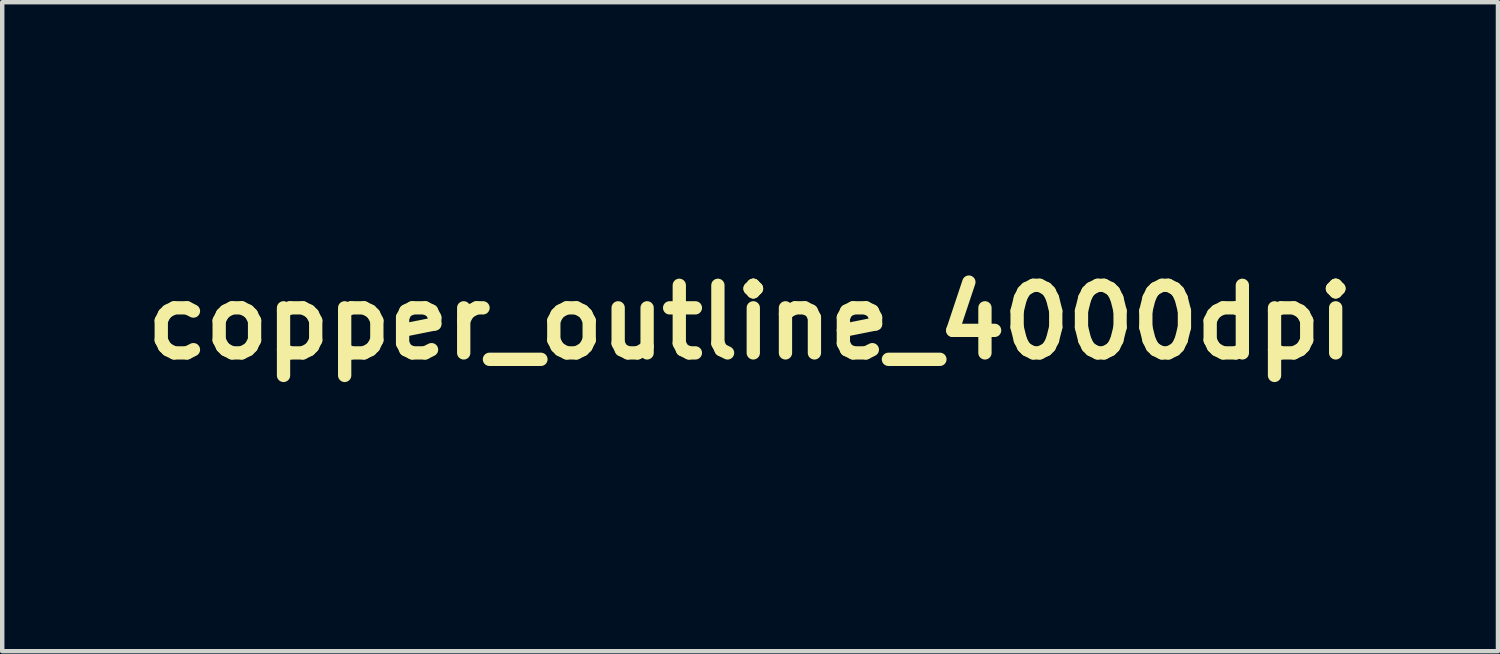
<source format=kicad_pcb>
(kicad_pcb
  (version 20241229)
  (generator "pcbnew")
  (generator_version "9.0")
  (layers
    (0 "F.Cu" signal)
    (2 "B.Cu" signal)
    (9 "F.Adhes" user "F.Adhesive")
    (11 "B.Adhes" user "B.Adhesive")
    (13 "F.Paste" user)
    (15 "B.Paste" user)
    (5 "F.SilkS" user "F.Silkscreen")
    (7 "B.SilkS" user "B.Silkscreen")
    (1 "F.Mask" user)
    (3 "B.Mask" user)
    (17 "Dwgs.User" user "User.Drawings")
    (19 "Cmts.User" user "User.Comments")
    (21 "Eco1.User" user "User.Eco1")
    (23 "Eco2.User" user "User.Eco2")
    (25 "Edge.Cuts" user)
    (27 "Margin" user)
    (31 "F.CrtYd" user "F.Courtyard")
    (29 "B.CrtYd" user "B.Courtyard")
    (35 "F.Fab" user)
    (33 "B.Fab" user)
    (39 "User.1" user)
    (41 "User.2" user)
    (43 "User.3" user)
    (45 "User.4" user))
  (footprint "copper_outline_4000dpi"
    (layer "F.Cu")
    (at 13.868 4.22)
    (property "Reference" "copper_outline_4000dpi" (at 0 0 0) (layer "F.SilkS") (effects (font (size 1.524 1.524) (thickness 0.3))))
    (attr through_hole)
    (fp_poly (pts (xy -0.702 0.461) (xy -0.703 0.468) (xy -0.706 0.482) (xy -0.711 0.498) (xy -0.722 0.529) (xy -0.706 0.557) (xy -0.699 0.572) (xy -0.693 0.583) (xy -0.692 0.587) (xy -0.697 0.585) (xy -0.708 0.58) (xy -0.718 0.574) (xy -0.736 0.563) (xy -0.746 0.554) (xy -0.751 0.544) (xy -0.752 0.53) (xy -0.752 0.53) (xy -0.749 0.517) (xy -0.741 0.502) (xy -0.728 0.485) (xy -0.716 0.471) (xy -0.707 0.463) (xy -0.703 0.46) (xy -0.702 0.461)) (stroke (width 0.01) (type solid)) (fill yes) (layer "F.Mask"))
    (fp_poly (pts (xy -0.409 0.836) (xy -0.412 0.845) (xy -0.421 0.861) (xy -0.428 0.873) (xy -0.454 0.906) (xy -0.487 0.933) (xy -0.53 0.955) (xy -0.576 0.97) (xy -0.611 0.977) (xy -0.65 0.981) (xy -0.688 0.983) (xy -0.722 0.981) (xy -0.729 0.98) (xy -0.776 0.969) (xy -0.819 0.952) (xy -0.857 0.929) (xy -0.888 0.901) (xy -0.911 0.869) (xy -0.911 0.869) (xy -0.921 0.851) (xy -0.904 0.868) (xy -0.887 0.882) (xy -0.863 0.896) (xy -0.835 0.909) (xy -0.806 0.921) (xy -0.785 0.927) (xy -0.728 0.939) (xy -0.675 0.943) (xy -0.624 0.939) (xy -0.572 0.927) (xy -0.555 0.922) (xy -0.521 0.909) (xy -0.493 0.895) (xy -0.466 0.877) (xy -0.438 0.855) (xy -0.422 0.842) (xy -0.413 0.835) (xy -0.409 0.836)) (stroke (width 0.01) (type solid)) (fill yes) (layer "F.Mask"))
    (fp_poly (pts (xy -0.638 -3.444) (xy -0.638 -3.444) (xy -0.602 -3.444) (xy -0.569 -3.444) (xy -0.539 -3.443) (xy -0.515 -3.442) (xy -0.499 -3.441) (xy -0.494 -3.44) (xy -0.468 -3.437) (xy -0.53 -3.393) (xy -0.564 -3.369) (xy -0.598 -3.346) (xy -0.629 -3.326) (xy -0.657 -3.309) (xy -0.68 -3.296) (xy -0.697 -3.286) (xy -0.708 -3.282) (xy -0.709 -3.282) (xy -0.717 -3.285) (xy -0.731 -3.292) (xy -0.75 -3.303) (xy -0.767 -3.314) (xy -0.812 -3.343) (xy -0.848 -3.367) (xy -0.876 -3.387) (xy -0.896 -3.401) (xy -0.908 -3.411) (xy -0.911 -3.415) (xy -0.91 -3.416) (xy -0.904 -3.417) (xy -0.889 -3.421) (xy -0.869 -3.425) (xy -0.843 -3.429) (xy -0.83 -3.432) (xy -0.804 -3.436) (xy -0.781 -3.439) (xy -0.759 -3.442) (xy -0.736 -3.443) (xy -0.71 -3.444) (xy -0.678 -3.444) (xy -0.638 -3.444)) (stroke (width 0.01) (type solid)) (fill yes) (layer "F.Mask"))
    (fp_poly (pts (xy -0.748 3.769) (xy -0.749 3.851) (xy -0.749 3.924) (xy -0.75 3.988) (xy -0.751 4.044) (xy -0.751 4.093) (xy -0.752 4.136) (xy -0.753 4.172) (xy -0.754 4.203) (xy -0.755 4.23) (xy -0.757 4.253) (xy -0.758 4.274) (xy -0.759 4.281) (xy -0.764 4.327) (xy -0.769 4.362) (xy -0.776 4.388) (xy -0.783 4.405) (xy -0.792 4.414) (xy -0.802 4.413) (xy -0.814 4.405) (xy -0.822 4.396) (xy -0.841 4.37) (xy -0.86 4.335) (xy -0.879 4.293) (xy -0.899 4.242) (xy -0.919 4.182) (xy -0.94 4.112) (xy -0.962 4.034) (xy -0.984 3.945) (xy -0.99 3.922) (xy -1.006 3.856) (xy -1.02 3.798) (xy -1.032 3.746) (xy -1.042 3.696) (xy -1.052 3.648) (xy -1.061 3.599) (xy -1.07 3.547) (xy -1.077 3.5) (xy -1.083 3.465) (xy -1.088 3.433) (xy -1.093 3.405) (xy -1.096 3.383) (xy -1.099 3.368) (xy -1.099 3.363) (xy -1.102 3.35) (xy -0.943 3.351) (xy -0.903 3.352) (xy -0.866 3.351) (xy -0.832 3.351) (xy -0.803 3.35) (xy -0.782 3.349) (xy -0.768 3.348) (xy -0.765 3.348) (xy -0.746 3.344) (xy -0.748 3.769)) (stroke (width 0.01) (type solid)) (fill yes) (layer "F.Mask"))
    (fp_poly (pts (xy -0.049 3.313) (xy -0.047 3.32) (xy -0.045 3.336) (xy -0.041 3.359) (xy -0.037 3.39) (xy -0.032 3.425) (xy -0.026 3.465) (xy -0.02 3.508) (xy -0.014 3.553) (xy -0.008 3.598) (xy -0.002 3.643) (xy 0.004 3.687) (xy 0.009 3.727) (xy 0.014 3.764) (xy 0.015 3.774) (xy 0.022 3.833) (xy 0.029 3.893) (xy 0.034 3.952) (xy 0.039 4.009) (xy 0.043 4.063) (xy 0.046 4.114) (xy 0.049 4.161) (xy 0.05 4.201) (xy 0.05 4.235) (xy 0.049 4.262) (xy 0.047 4.28) (xy 0.046 4.285) (xy 0.038 4.295) (xy 0.025 4.298) (xy 0.011 4.292) (xy -0.001 4.281) (xy -0.02 4.257) (xy -0.041 4.225) (xy -0.063 4.184) (xy -0.087 4.134) (xy -0.113 4.075) (xy -0.141 4.007) (xy -0.171 3.929) (xy -0.195 3.863) (xy -0.208 3.83) (xy -0.221 3.792) (xy -0.236 3.751) (xy -0.251 3.708) (xy -0.266 3.665) (xy -0.281 3.621) (xy -0.296 3.578) (xy -0.31 3.538) (xy -0.323 3.501) (xy -0.334 3.469) (xy -0.343 3.441) (xy -0.35 3.421) (xy -0.354 3.408) (xy -0.356 3.404) (xy -0.351 3.402) (xy -0.338 3.401) (xy -0.319 3.401) (xy -0.296 3.4) (xy -0.267 3.4) (xy -0.244 3.399) (xy -0.225 3.396) (xy -0.206 3.392) (xy -0.198 3.389) (xy -0.161 3.375) (xy -0.124 3.358) (xy -0.092 3.339) (xy -0.072 3.324) (xy -0.058 3.314) (xy -0.051 3.311) (xy -0.049 3.313)) (stroke (width 0.01) (type solid)) (fill yes) (layer "F.Mask"))
    (fp_poly (pts (xy -1.079 -4.215) (xy -1.052 -4.213) (xy -1.02 -4.211) (xy -0.984 -4.208) (xy -0.944 -4.204) (xy -0.903 -4.199) (xy -0.862 -4.194) (xy -0.821 -4.189) (xy -0.784 -4.183) (xy -0.765 -4.18) (xy -0.644 -4.155) (xy -0.521 -4.121) (xy -0.396 -4.077) (xy -0.27 -4.023) (xy -0.143 -3.96) (xy -0.015 -3.887) (xy 0.114 -3.806) (xy 0.127 -3.797) (xy 0.195 -3.751) (xy 0.255 -3.707) (xy 0.31 -3.663) (xy 0.363 -3.619) (xy 0.416 -3.571) (xy 0.46 -3.53) (xy 0.526 -3.465) (xy 0.597 -3.435) (xy 0.624 -3.424) (xy 0.648 -3.413) (xy 0.669 -3.404) (xy 0.683 -3.397) (xy 0.686 -3.396) (xy 0.705 -3.387) (xy 0.768 -3.416) (xy 0.882 -3.467) (xy 0.992 -3.512) (xy 1.097 -3.549) (xy 1.2 -3.581) (xy 1.303 -3.607) (xy 1.406 -3.628) (xy 1.497 -3.642) (xy 1.553 -3.65) (xy 1.605 -3.656) (xy 1.654 -3.661) (xy 1.703 -3.665) (xy 1.753 -3.669) (xy 1.805 -3.672) (xy 1.862 -3.674) (xy 1.925 -3.675) (xy 1.996 -3.676) (xy 2.02 -3.676) (xy 2.132 -3.677) (xy 2.235 -3.676) (xy 2.329 -3.674) (xy 2.414 -3.67) (xy 2.491 -3.665) (xy 2.56 -3.657) (xy 2.623 -3.649) (xy 2.679 -3.638) (xy 2.729 -3.626) (xy 2.754 -3.619) (xy 2.769 -3.615) (xy 2.781 -3.611) (xy 2.791 -3.608) (xy 2.798 -3.603) (xy 2.804 -3.597) (xy 2.809 -3.587) (xy 2.812 -3.574) (xy 2.813 -3.556) (xy 2.814 -3.532) (xy 2.815 -3.502) (xy 2.814 -3.464) (xy 2.813 -3.418) (xy 2.813 -3.368) (xy 2.812 -3.304) (xy 2.811 -3.248) (xy 2.809 -3.2) (xy 2.808 -3.157) (xy 2.806 -3.119) (xy 2.803 -3.084) (xy 2.801 -3.051) (xy 2.8 -3.04) (xy 2.792 -2.962) (xy 2.784 -2.892) (xy 2.776 -2.83) (xy 2.769 -2.774) (xy 2.761 -2.723) (xy 2.753 -2.676) (xy 2.744 -2.631) (xy 2.734 -2.588) (xy 2.731 -2.573) (xy 2.724 -2.548) (xy 2.716 -2.519) (xy 2.707 -2.487) (xy 2.697 -2.454) (xy 2.687 -2.422) (xy 2.678 -2.393) (xy 2.67 -2.368) (xy 2.663 -2.35) (xy 2.658 -2.339) (xy 2.657 -2.337) (xy 2.657 -2.329) (xy 2.663 -2.313) (xy 2.673 -2.288) (xy 2.678 -2.277) (xy 2.731 -2.155) (xy 2.78 -2.025) (xy 2.823 -1.888) (xy 2.862 -1.745) (xy 2.895 -1.597) (xy 2.922 -1.445) (xy 2.944 -1.29) (xy 2.955 -1.189) (xy 2.958 -1.146) (xy 2.961 -1.094) (xy 2.962 -1.036) (xy 2.963 -0.974) (xy 2.964 -0.909) (xy 2.964 -0.843) (xy 2.963 -0.779) (xy 2.961 -0.717) (xy 2.958 -0.66) (xy 2.955 -0.61) (xy 2.955 -0.605) (xy 2.946 -0.498) (xy 2.936 -0.4) (xy 2.925 -0.309) (xy 2.913 -0.223) (xy 2.899 -0.141) (xy 2.884 -0.06) (xy 2.866 0.02) (xy 2.845 0.102) (xy 2.822 0.187) (xy 2.796 0.277) (xy 2.792 0.29) (xy 2.762 0.385) (xy 2.733 0.473) (xy 2.703 0.557) (xy 2.671 0.638) (xy 2.637 0.72) (xy 2.6 0.803) (xy 2.559 0.89) (xy 2.514 0.98) (xy 2.481 1.045) (xy 2.446 1.11) (xy 2.409 1.175) (xy 2.372 1.237) (xy 2.336 1.296) (xy 2.301 1.35) (xy 2.269 1.397) (xy 2.24 1.436) (xy 2.239 1.436) (xy 2.204 1.486) (xy 2.17 1.539) (xy 2.137 1.6) (xy 2.132 1.609) (xy 2.105 1.665) (xy 2.084 1.715) (xy 2.068 1.762) (xy 2.057 1.807) (xy 2.049 1.854) (xy 2.045 1.903) (xy 2.043 1.929) (xy 2.043 1.973) (xy 2.044 2.011) (xy 2.048 2.044) (xy 2.055 2.075) (xy 2.065 2.108) (xy 2.071 2.123) (xy 2.095 2.175) (xy 2.126 2.221) (xy 2.163 2.261) (xy 2.205 2.293) (xy 2.251 2.317) (xy 2.3 2.333) (xy 2.352 2.34) (xy 2.405 2.337) (xy 2.416 2.335) (xy 2.461 2.324) (xy 2.502 2.309) (xy 2.541 2.288) (xy 2.553 2.28) (xy 2.6 2.244) (xy 2.643 2.2) (xy 2.684 2.147) (xy 2.723 2.085) (xy 2.75 2.035) (xy 2.769 1.995) (xy 2.785 1.959) (xy 2.798 1.924) (xy 2.811 1.884) (xy 2.819 1.856) (xy 2.827 1.829) (xy 2.834 1.81) (xy 2.84 1.798) (xy 2.845 1.791) (xy 2.852 1.788) (xy 2.855 1.788) (xy 2.865 1.792) (xy 2.873 1.804) (xy 2.88 1.824) (xy 2.885 1.853) (xy 2.885 1.854) (xy 2.892 1.933) (xy 2.894 2.014) (xy 2.891 2.096) (xy 2.883 2.175) (xy 2.875 2.224) (xy 2.859 2.289) (xy 2.837 2.357) (xy 2.81 2.425) (xy 2.779 2.491) (xy 2.744 2.552) (xy 2.708 2.607) (xy 2.691 2.629) (xy 2.632 2.696) (xy 2.572 2.754) (xy 2.508 2.805) (xy 2.44 2.85) (xy 2.364 2.891) (xy 2.309 2.916) (xy 2.221 2.949) (xy 2.131 2.973) (xy 2.039 2.987) (xy 1.942 2.993) (xy 1.923 2.994) (xy 1.851 2.992) (xy 1.785 2.985) (xy 1.723 2.973) (xy 1.66 2.955) (xy 1.608 2.936) (xy 1.552 2.911) (xy 1.496 2.879) (xy 1.441 2.842) (xy 1.391 2.801) (xy 1.345 2.759) (xy 1.308 2.716) (xy 1.3 2.705) (xy 1.291 2.693) (xy 1.284 2.685) (xy 1.282 2.684) (xy 1.282 2.689) (xy 1.285 2.702) (xy 1.291 2.72) (xy 1.293 2.729) (xy 1.311 2.778) (xy 1.333 2.82) (xy 1.359 2.86) (xy 1.39 2.897) (xy 1.406 2.914) (xy 1.414 2.926) (xy 1.417 2.935) (xy 1.414 2.943) (xy 1.411 2.945) (xy 1.404 2.95) (xy 1.393 2.951) (xy 1.376 2.949) (xy 1.353 2.943) (xy 1.323 2.933) (xy 1.314 2.931) (xy 1.224 2.896) (xy 1.143 2.855) (xy 1.069 2.809) (xy 1.003 2.756) (xy 0.946 2.697) (xy 0.897 2.632) (xy 0.856 2.561) (xy 0.822 2.484) (xy 0.811 2.451) (xy 0.789 2.365) (xy 0.776 2.274) (xy 0.771 2.179) (xy 0.771 2.164) (xy 0.818 2.164) (xy 0.821 2.247) (xy 0.829 2.324) (xy 0.843 2.394) (xy 0.864 2.462) (xy 0.891 2.527) (xy 0.896 2.537) (xy 0.935 2.605) (xy 0.983 2.668) (xy 1.038 2.725) (xy 1.101 2.775) (xy 1.172 2.82) (xy 1.249 2.858) (xy 1.287 2.872) (xy 1.321 2.885) (xy 1.308 2.868) (xy 1.296 2.849) (xy 1.282 2.822) (xy 1.268 2.791) (xy 1.255 2.758) (xy 1.245 2.726) (xy 1.242 2.717) (xy 1.236 2.69) (xy 1.231 2.661) (xy 1.227 2.631) (xy 1.225 2.603) (xy 1.225 2.579) (xy 1.226 2.559) (xy 1.229 2.548) (xy 1.231 2.546) (xy 1.244 2.541) (xy 1.258 2.544) (xy 1.268 2.554) (xy 1.268 2.555) (xy 1.274 2.566) (xy 1.282 2.583) (xy 1.29 2.6) (xy 1.32 2.652) (xy 1.358 2.702) (xy 1.403 2.75) (xy 1.453 2.794) (xy 1.488 2.819) (xy 1.562 2.863) (xy 1.639 2.898) (xy 1.717 2.923) (xy 1.8 2.94) (xy 1.886 2.948) (xy 1.976 2.947) (xy 2.06 2.938) (xy 2.127 2.927) (xy 2.19 2.911) (xy 2.254 2.889) (xy 2.319 2.861) (xy 2.354 2.844) (xy 2.438 2.797) (xy 2.514 2.742) (xy 2.583 2.681) (xy 2.645 2.613) (xy 2.698 2.538) (xy 2.745 2.457) (xy 2.779 2.38) (xy 2.799 2.328) (xy 2.814 2.278) (xy 2.826 2.229) (xy 2.836 2.177) (xy 2.842 2.122) (xy 2.847 2.06) (xy 2.848 2.032) (xy 2.849 1.994) (xy 2.849 1.966) (xy 2.848 1.949) (xy 2.845 1.941) (xy 2.841 1.943) (xy 2.836 1.955) (xy 2.833 1.963) (xy 2.825 1.984) (xy 2.813 2.011) (xy 2.798 2.042) (xy 2.781 2.075) (xy 2.763 2.108) (xy 2.745 2.138) (xy 2.729 2.163) (xy 2.686 2.221) (xy 2.638 2.271) (xy 2.586 2.313) (xy 2.531 2.346) (xy 2.474 2.369) (xy 2.461 2.373) (xy 2.425 2.38) (xy 2.384 2.384) (xy 2.342 2.384) (xy 2.302 2.381) (xy 2.276 2.376) (xy 2.229 2.359) (xy 2.182 2.333) (xy 2.139 2.301) (xy 2.101 2.264) (xy 2.093 2.254) (xy 2.072 2.224) (xy 2.051 2.187) (xy 2.032 2.147) (xy 2.016 2.108) (xy 2.011 2.093) (xy 2.006 2.066) (xy 2.001 2.031) (xy 1.998 1.991) (xy 1.997 1.95) (xy 1.997 1.909) (xy 2 1.871) (xy 2.003 1.841) (xy 2.022 1.76) (xy 2.05 1.677) (xy 2.088 1.594) (xy 2.133 1.511) (xy 2.187 1.43) (xy 2.2 1.412) (xy 2.25 1.342) (xy 2.301 1.265) (xy 2.352 1.182) (xy 2.402 1.095) (xy 2.45 1.008) (xy 2.475 0.959) (xy 2.531 0.844) (xy 2.581 0.734) (xy 2.627 0.625) (xy 2.668 0.517) (xy 2.707 0.406) (xy 2.744 0.291) (xy 2.78 0.168) (xy 2.788 0.137) (xy 2.809 0.058) (xy 2.828 -0.02) (xy 2.844 -0.096) (xy 2.859 -0.174) (xy 2.871 -0.255) (xy 2.883 -0.34) (xy 2.893 -0.43) (xy 2.902 -0.527) (xy 2.91 -0.632) (xy 2.912 -0.648) (xy 2.914 -0.683) (xy 2.915 -0.725) (xy 2.916 -0.773) (xy 2.917 -0.825) (xy 2.918 -0.88) (xy 2.918 -0.934) (xy 2.917 -0.988) (xy 2.916 -1.038) (xy 2.915 -1.084) (xy 2.914 -1.123) (xy 2.912 -1.153) (xy 2.895 -1.31) (xy 2.872 -1.467) (xy 2.842 -1.621) (xy 2.807 -1.771) (xy 2.767 -1.915) (xy 2.741 -1.996) (xy 2.724 -2.042) (xy 2.708 -2.087) (xy 2.692 -2.129) (xy 2.677 -2.167) (xy 2.663 -2.2) (xy 2.65 -2.227) (xy 2.639 -2.248) (xy 2.631 -2.261) (xy 2.625 -2.266) (xy 2.622 -2.264) (xy 2.623 -2.262) (xy 2.623 -2.256) (xy 2.62 -2.249) (xy 2.616 -2.239) (xy 2.615 -2.234) (xy 2.612 -2.23) (xy 2.611 -2.23) (xy 2.608 -2.227) (xy 2.609 -2.225) (xy 2.608 -2.22) (xy 2.606 -2.22) (xy 2.603 -2.217) (xy 2.603 -2.215) (xy 2.603 -2.21) (xy 2.6 -2.21) (xy 2.597 -2.208) (xy 2.597 -2.207) (xy 2.597 -2.201) (xy 2.592 -2.189) (xy 2.586 -2.175) (xy 2.578 -2.16) (xy 2.571 -2.147) (xy 2.566 -2.14) (xy 2.565 -2.14) (xy 2.562 -2.135) (xy 2.563 -2.133) (xy 2.562 -2.129) (xy 2.56 -2.129) (xy 2.557 -2.125) (xy 2.558 -2.123) (xy 2.557 -2.119) (xy 2.555 -2.118) (xy 2.552 -2.115) (xy 2.553 -2.113) (xy 2.552 -2.109) (xy 2.55 -2.108) (xy 2.546 -2.105) (xy 2.546 -2.104) (xy 2.545 -2.097) (xy 2.54 -2.086) (xy 2.534 -2.077) (xy 2.529 -2.073) (xy 2.526 -2.069) (xy 2.527 -2.068) (xy 2.527 -2.063) (xy 2.526 -2.062) (xy 2.521 -2.058) (xy 2.518 -2.05) (xy 2.513 -2.04) (xy 2.509 -2.037) (xy 2.506 -2.034) (xy 2.507 -2.032) (xy 2.506 -2.027) (xy 2.504 -2.027) (xy 2.501 -2.024) (xy 2.501 -2.023) (xy 2.5 -2.016) (xy 2.494 -2.007) (xy 2.493 -2.006) (xy 2.486 -1.998) (xy 2.484 -1.993) (xy 2.484 -1.993) (xy 2.483 -1.989) (xy 2.479 -1.983) (xy 2.472 -1.973) (xy 2.47 -1.968) (xy 2.466 -1.961) (xy 2.461 -1.954) (xy 2.455 -1.945) (xy 2.454 -1.941) (xy 2.45 -1.936) (xy 2.449 -1.935) (xy 2.445 -1.933) (xy 2.445 -1.932) (xy 2.443 -1.925) (xy 2.437 -1.914) (xy 2.429 -1.902) (xy 2.422 -1.893) (xy 2.417 -1.89) (xy 2.415 -1.887) (xy 2.416 -1.885) (xy 2.414 -1.879) (xy 2.411 -1.876) (xy 2.405 -1.872) (xy 2.406 -1.869) (xy 2.404 -1.864) (xy 2.401 -1.861) (xy 2.394 -1.855) (xy 2.393 -1.851) (xy 2.389 -1.843) (xy 2.385 -1.841) (xy 2.38 -1.836) (xy 2.38 -1.833) (xy 2.379 -1.828) (xy 2.375 -1.826) (xy 2.368 -1.819) (xy 2.367 -1.815) (xy 2.363 -1.807) (xy 2.36 -1.805) (xy 2.353 -1.799) (xy 2.352 -1.795) (xy 2.348 -1.787) (xy 2.342 -1.782) (xy 2.334 -1.775) (xy 2.332 -1.769) (xy 2.328 -1.762) (xy 2.322 -1.758) (xy 2.313 -1.75) (xy 2.311 -1.745) (xy 2.307 -1.737) (xy 2.301 -1.731) (xy 2.293 -1.724) (xy 2.291 -1.719) (xy 2.287 -1.711) (xy 2.282 -1.706) (xy 2.28 -1.704) (xy 2.281 -1.701) (xy 2.283 -1.697) (xy 2.288 -1.691) (xy 2.296 -1.682) (xy 2.307 -1.671) (xy 2.322 -1.656) (xy 2.341 -1.637) (xy 2.366 -1.614) (xy 2.395 -1.586) (xy 2.43 -1.552) (xy 2.472 -1.514) (xy 2.52 -1.469) (xy 2.551 -1.44) (xy 2.597 -1.398) (xy 2.641 -1.357) (xy 2.682 -1.318) (xy 2.721 -1.282) (xy 2.756 -1.25) (xy 2.787 -1.221) (xy 2.813 -1.197) (xy 2.833 -1.178) (xy 2.848 -1.164) (xy 2.855 -1.157) (xy 2.871 -1.141) (xy 2.879 -1.128) (xy 2.88 -1.121) (xy 2.878 -1.114) (xy 2.87 -1.1) (xy 2.856 -1.076) (xy 2.838 -1.045) (xy 2.814 -1.005) (xy 2.785 -0.957) (xy 2.751 -0.902) (xy 2.712 -0.838) (xy 2.668 -0.766) (xy 2.619 -0.687) (xy 2.565 -0.601) (xy 2.507 -0.506) (xy 2.488 -0.476) (xy 2.443 -0.403) (xy 2.399 -0.332) (xy 2.356 -0.264) (xy 2.316 -0.199) (xy 2.278 -0.138) (xy 2.242 -0.081) (xy 2.21 -0.029) (xy 2.18 0.018) (xy 2.155 0.06) (xy 2.133 0.095) (xy 2.115 0.123) (xy 2.101 0.145) (xy 2.093 0.158) (xy 2.089 0.164) (xy 2.089 0.164) (xy 2.078 0.171) (xy 2.068 0.173) (xy 2.054 0.17) (xy 2.046 0.164) (xy 2.043 0.158) (xy 2.036 0.143) (xy 2.025 0.121) (xy 2.012 0.092) (xy 1.996 0.058) (xy 1.979 0.019) (xy 1.96 -0.023) (xy 1.939 -0.068) (xy 1.938 -0.071) (xy 1.917 -0.117) (xy 1.897 -0.162) (xy 1.879 -0.204) (xy 1.862 -0.241) (xy 1.847 -0.274) (xy 1.836 -0.301) (xy 1.827 -0.32) (xy 1.822 -0.331) (xy 1.814 -0.348) (xy 1.808 -0.36) (xy 1.804 -0.366) (xy 1.804 -0.366) (xy 1.801 -0.361) (xy 1.795 -0.349) (xy 1.789 -0.333) (xy 1.786 -0.326) (xy 1.778 -0.307) (xy 1.768 -0.281) (xy 1.755 -0.253) (xy 1.742 -0.224) (xy 1.739 -0.218) (xy 1.706 -0.15) (xy 1.701 -0.084) (xy 1.687 0.053) (xy 1.664 0.19) (xy 1.632 0.325) (xy 1.592 0.457) (xy 1.544 0.584) (xy 1.541 0.591) (xy 1.486 0.71) (xy 1.425 0.825) (xy 1.357 0.937) (xy 1.279 1.048) (xy 1.235 1.107) (xy 1.159 1.209) (xy 1.092 1.309) (xy 1.034 1.408) (xy 0.982 1.509) (xy 0.936 1.613) (xy 0.92 1.656) (xy 0.883 1.761) (xy 0.855 1.862) (xy 0.835 1.96) (xy 0.823 2.056) (xy 0.818 2.152) (xy 0.818 2.164) (xy 0.771 2.164) (xy 0.774 2.08) (xy 0.786 1.978) (xy 0.805 1.874) (xy 0.833 1.767) (xy 0.844 1.734) (xy 0.892 1.6) (xy 0.95 1.47) (xy 1.017 1.344) (xy 1.094 1.221) (xy 1.18 1.102) (xy 1.193 1.085) (xy 1.275 0.977) (xy 1.347 0.868) (xy 1.41 0.758) (xy 1.467 0.645) (xy 1.517 0.526) (xy 1.549 0.439) (xy 1.568 0.38) (xy 1.586 0.314) (xy 1.604 0.244) (xy 1.619 0.173) (xy 1.632 0.103) (xy 1.643 0.037) (xy 1.648 -0.013) (xy 1.652 -0.048) (xy 1.618 0.01) (xy 1.544 0.13) (xy 1.466 0.242) (xy 1.386 0.346) (xy 1.303 0.441) (xy 1.267 0.479) (xy 1.208 0.538) (xy 1.188 0.616) (xy 1.18 0.644) (xy 1.17 0.679) (xy 1.158 0.719) (xy 1.145 0.76) (xy 1.133 0.799) (xy 1.128 0.813) (xy 1.089 0.925) (xy 1.049 1.029) (xy 1.008 1.124) (xy 0.967 1.211) (xy 0.923 1.291) (xy 0.878 1.365) (xy 0.83 1.434) (xy 0.787 1.488) (xy 0.752 1.531) (xy 0.723 1.568) (xy 0.699 1.599) (xy 0.68 1.626) (xy 0.665 1.651) (xy 0.653 1.674) (xy 0.643 1.696) (xy 0.636 1.718) (xy 0.63 1.739) (xy 0.622 1.785) (xy 0.619 1.836) (xy 0.622 1.888) (xy 0.63 1.938) (xy 0.632 1.947) (xy 0.649 2.001) (xy 0.672 2.047) (xy 0.7 2.087) (xy 0.724 2.113) (xy 0.741 2.13) (xy 0.754 2.145) (xy 0.761 2.156) (xy 0.762 2.159) (xy 0.758 2.169) (xy 0.749 2.177) (xy 0.742 2.181) (xy 0.732 2.183) (xy 0.719 2.184) (xy 0.699 2.184) (xy 0.679 2.183) (xy 0.615 2.176) (xy 0.557 2.162) (xy 0.508 2.143) (xy 0.485 2.129) (xy 0.458 2.108) (xy 0.43 2.082) (xy 0.403 2.053) (xy 0.377 2.023) (xy 0.357 1.996) (xy 0.346 1.979) (xy 0.336 1.966) (xy 0.33 1.96) (xy 0.328 1.96) (xy 0.327 1.965) (xy 0.326 1.98) (xy 0.325 2) (xy 0.325 2.026) (xy 0.325 2.039) (xy 0.325 2.066) (xy 0.324 2.09) (xy 0.323 2.108) (xy 0.322 2.119) (xy 0.321 2.121) (xy 0.311 2.129) (xy 0.298 2.128) (xy 0.281 2.119) (xy 0.263 2.102) (xy 0.243 2.08) (xy 0.223 2.052) (xy 0.203 2.018) (xy 0.189 1.992) (xy 0.177 1.968) (xy 0.169 1.953) (xy 0.163 1.944) (xy 0.16 1.941) (xy 0.157 1.943) (xy 0.156 1.946) (xy 0.135 1.992) (xy 0.114 2.03) (xy 0.091 2.062) (xy 0.085 2.069) (xy 0.065 2.092) (xy 0.04 2.12) (xy 0.011 2.152) (xy -0.021 2.186) (xy -0.053 2.22) (xy -0.084 2.253) (xy -0.112 2.283) (xy -0.122 2.293) (xy -0.14 2.311) (xy -0.155 2.326) (xy -0.165 2.338) (xy -0.171 2.343) (xy -0.171 2.344) (xy -0.171 2.349) (xy -0.167 2.361) (xy -0.162 2.378) (xy -0.161 2.381) (xy -0.157 2.391) (xy -0.152 2.401) (xy -0.146 2.412) (xy -0.138 2.425) (xy -0.127 2.44) (xy -0.112 2.46) (xy -0.093 2.484) (xy -0.069 2.513) (xy -0.04 2.55) (xy -0.034 2.558) (xy -0.007 2.591) (xy 0.018 2.622) (xy 0.04 2.649) (xy 0.058 2.673) (xy 0.072 2.692) (xy 0.081 2.705) (xy 0.085 2.711) (xy 0.085 2.722) (xy 0.082 2.74) (xy 0.077 2.764) (xy 0.07 2.79) (xy 0.062 2.818) (xy 0.053 2.844) (xy 0.05 2.853) (xy 0.04 2.876) (xy 0.026 2.901) (xy 0.009 2.926) (xy -0.009 2.949) (xy -0.026 2.969) (xy -0.041 2.982) (xy -0.05 2.988) (xy -0.051 2.993) (xy -0.05 3.007) (xy -0.047 3.027) (xy -0.044 3.052) (xy -0.04 3.081) (xy -0.035 3.111) (xy -0.031 3.142) (xy -0.025 3.171) (xy -0.021 3.197) (xy -0.018 3.211) (xy -0.016 3.222) (xy -0.017 3.225) (xy -0.022 3.221) (xy -0.024 3.219) (xy -0.038 3.212) (xy -0.051 3.213) (xy -0.058 3.219) (xy -0.061 3.222) (xy -0.063 3.224) (xy -0.064 3.222) (xy -0.066 3.217) (xy -0.069 3.208) (xy -0.072 3.192) (xy -0.076 3.169) (xy -0.081 3.139) (xy -0.087 3.103) (xy -0.103 3.002) (xy -0.119 3.002) (xy -0.135 3.001) (xy -0.153 2.998) (xy -0.153 2.998) (xy -0.172 2.993) (xy -0.193 3.028) (xy -0.222 3.069) (xy -0.259 3.109) (xy -0.3 3.145) (xy -0.345 3.176) (xy -0.39 3.199) (xy -0.392 3.2) (xy -0.421 3.212) (xy -0.401 3.268) (xy -0.393 3.29) (xy -0.387 3.308) (xy -0.382 3.321) (xy -0.381 3.326) (xy -0.385 3.327) (xy -0.396 3.327) (xy -0.411 3.332) (xy -0.418 3.339) (xy -0.423 3.345) (xy -0.426 3.345) (xy -0.429 3.337) (xy -0.432 3.33) (xy -0.444 3.292) (xy -0.455 3.263) (xy -0.464 3.243) (xy -0.471 3.231) (xy -0.476 3.226) (xy -0.477 3.226) (xy -0.486 3.227) (xy -0.489 3.229) (xy -0.497 3.232) (xy -0.512 3.234) (xy -0.533 3.235) (xy -0.556 3.236) (xy -0.579 3.235) (xy -0.6 3.234) (xy -0.616 3.233) (xy -0.622 3.231) (xy -0.631 3.226) (xy -0.637 3.219) (xy -0.64 3.208) (xy -0.641 3.192) (xy -0.596 3.192) (xy -0.551 3.189) (xy -0.525 3.186) (xy -0.5 3.182) (xy -0.479 3.178) (xy -0.475 3.177) (xy -0.42 3.16) (xy -0.371 3.136) (xy -0.326 3.106) (xy -0.287 3.071) (xy -0.264 3.047) (xy -0.246 3.024) (xy -0.231 3) (xy -0.222 2.984) (xy -0.212 2.963) (xy -0.204 2.946) (xy -0.199 2.933) (xy -0.198 2.929) (xy -0.2 2.923) (xy -0.206 2.91) (xy -0.215 2.889) (xy -0.227 2.864) (xy -0.241 2.835) (xy -0.256 2.804) (xy -0.271 2.771) (xy -0.287 2.739) (xy -0.302 2.709) (xy -0.315 2.681) (xy -0.327 2.658) (xy -0.336 2.64) (xy -0.342 2.629) (xy -0.343 2.627) (xy -0.347 2.63) (xy -0.358 2.638) (xy -0.373 2.653) (xy -0.392 2.671) (xy -0.414 2.692) (xy -0.423 2.702) (xy -0.452 2.73) (xy -0.476 2.752) (xy -0.494 2.768) (xy -0.506 2.777) (xy -0.511 2.779) (xy -0.52 2.777) (xy -0.529 2.772) (xy -0.539 2.762) (xy -0.551 2.745) (xy -0.56 2.731) (xy -0.583 2.697) (xy -0.586 2.721) (xy -0.587 2.731) (xy -0.588 2.751) (xy -0.588 2.778) (xy -0.589 2.811) (xy -0.59 2.85) (xy -0.591 2.893) (xy -0.592 2.94) (xy -0.592 2.969) (xy -0.596 3.192) (xy -0.641 3.192) (xy -0.641 3.191) (xy -0.641 3.173) (xy -0.64 3.133) (xy -0.663 3.137) (xy -0.677 3.139) (xy -0.687 3.141) (xy -0.694 3.145) (xy -0.698 3.153) (xy -0.7 3.165) (xy -0.701 3.184) (xy -0.701 3.211) (xy -0.701 3.224) (xy -0.701 3.254) (xy -0.702 3.275) (xy -0.702 3.289) (xy -0.704 3.296) (xy -0.706 3.298) (xy -0.708 3.297) (xy -0.717 3.293) (xy -0.721 3.294) (xy -0.73 3.296) (xy -0.737 3.294) (xy -0.741 3.292) (xy -0.744 3.288) (xy -0.745 3.281) (xy -0.746 3.268) (xy -0.747 3.248) (xy -0.747 3.224) (xy -0.747 3.156) (xy -0.761 3.158) (xy -0.769 3.16) (xy -0.786 3.164) (xy -0.81 3.169) (xy -0.84 3.175) (xy -0.874 3.182) (xy -0.911 3.19) (xy -0.913 3.191) (xy -0.95 3.199) (xy -0.983 3.206) (xy -1.013 3.212) (xy -1.037 3.216) (xy -1.053 3.219) (xy -1.061 3.221) (xy -1.062 3.221) (xy -1.072 3.216) (xy -1.078 3.203) (xy -1.079 3.183) (xy -1.077 3.168) (xy -1.031 3.168) (xy -1.026 3.169) (xy -1.021 3.167) (xy -1.01 3.164) (xy -0.993 3.161) (xy -0.984 3.159) (xy -0.972 3.157) (xy -0.953 3.153) (xy -0.928 3.148) (xy -0.898 3.141) (xy -0.865 3.134) (xy -0.83 3.126) (xy -0.794 3.118) (xy -0.759 3.11) (xy -0.726 3.103) (xy -0.697 3.096) (xy -0.673 3.09) (xy -0.655 3.086) (xy -0.645 3.083) (xy -0.643 3.083) (xy -0.642 3.078) (xy -0.642 3.063) (xy -0.641 3.041) (xy -0.64 3.011) (xy -0.639 2.975) (xy -0.638 2.935) (xy -0.637 2.89) (xy -0.636 2.852) (xy -0.632 2.624) (xy -0.678 2.552) (xy -0.693 2.528) (xy -0.707 2.507) (xy -0.717 2.491) (xy -0.724 2.482) (xy -0.727 2.479) (xy -0.731 2.483) (xy -0.74 2.493) (xy -0.755 2.51) (xy -0.774 2.531) (xy -0.796 2.557) (xy -0.821 2.586) (xy -0.842 2.61) (xy -0.954 2.741) (xy -0.99 2.944) (xy -0.998 2.989) (xy -1.006 3.03) (xy -1.013 3.068) (xy -1.019 3.101) (xy -1.024 3.127) (xy -1.027 3.147) (xy -1.029 3.157) (xy -1.03 3.159) (xy -1.031 3.168) (xy -1.077 3.168) (xy -1.076 3.155) (xy -1.069 3.123) (xy -1.069 3.117) (xy -1.074 3.115) (xy -1.088 3.114) (xy -1.088 3.114) (xy -1.105 3.115) (xy -1.119 3.117) (xy -1.122 3.117) (xy -1.128 3.119) (xy -1.131 3.123) (xy -1.132 3.131) (xy -1.132 3.144) (xy -1.13 3.162) (xy -1.125 3.21) (xy -1.119 3.254) (xy -1.115 3.275) (xy -1.114 3.286) (xy -1.118 3.291) (xy -1.126 3.294) (xy -1.14 3.299) (xy -1.149 3.305) (xy -1.154 3.309) (xy -1.157 3.307) (xy -1.16 3.298) (xy -1.163 3.286) (xy -1.167 3.266) (xy -1.171 3.24) (xy -1.175 3.207) (xy -1.18 3.165) (xy -1.181 3.148) (xy -1.184 3.119) (xy -1.291 3.119) (xy -1.328 3.119) (xy -1.359 3.118) (xy -1.383 3.117) (xy -1.4 3.116) (xy -1.407 3.114) (xy -1.414 3.108) (xy -1.417 3.099) (xy -1.414 3.085) (xy -1.41 3.074) (xy -1.357 3.074) (xy -1.211 3.071) (xy -1.173 3.07) (xy -1.139 3.069) (xy -1.11 3.068) (xy -1.086 3.067) (xy -1.07 3.066) (xy -1.063 3.065) (xy -1.062 3.065) (xy -1.061 3.06) (xy -1.058 3.046) (xy -1.054 3.024) (xy -1.048 2.996) (xy -1.042 2.963) (xy -1.035 2.926) (xy -1.031 2.9) (xy -1.001 2.737) (xy -1.055 2.672) (xy -1.073 2.65) (xy -1.089 2.631) (xy -1.102 2.617) (xy -1.11 2.608) (xy -1.112 2.606) (xy -1.115 2.611) (xy -1.122 2.623) (xy -1.133 2.642) (xy -1.146 2.667) (xy -1.162 2.698) (xy -1.181 2.731) (xy -1.2 2.768) (xy -1.221 2.807) (xy -1.241 2.846) (xy -1.262 2.885) (xy -1.282 2.923) (xy -1.3 2.958) (xy -1.317 2.99) (xy -1.331 3.017) (xy -1.342 3.039) (xy -1.35 3.055) (xy -1.354 3.063) (xy -1.354 3.064) (xy -1.357 3.074) (xy -1.41 3.074) (xy -1.407 3.066) (xy -1.395 3.04) (xy -1.386 3.022) (xy -1.374 3) (xy -1.365 2.981) (xy -1.359 2.967) (xy -1.357 2.96) (xy -1.357 2.96) (xy -1.361 2.957) (xy -1.373 2.948) (xy -1.39 2.935) (xy -1.412 2.918) (xy -1.437 2.9) (xy -1.451 2.889) (xy -1.484 2.864) (xy -1.509 2.845) (xy -1.527 2.83) (xy -1.54 2.818) (xy -1.549 2.809) (xy -1.553 2.801) (xy -1.554 2.797) (xy -1.497 2.797) (xy -1.492 2.801) (xy -1.481 2.809) (xy -1.464 2.822) (xy -1.443 2.838) (xy -1.419 2.857) (xy -1.414 2.86) (xy -1.333 2.92) (xy -1.325 2.904) (xy -1.321 2.896) (xy -1.312 2.88) (xy -1.3 2.857) (xy -1.285 2.829) (xy -1.268 2.796) (xy -1.249 2.76) (xy -1.23 2.726) (xy -1.144 2.563) (xy -1.159 2.543) (xy -1.17 2.528) (xy -1.18 2.514) (xy -1.183 2.51) (xy -1.193 2.497) (xy -1.346 2.647) (xy -1.378 2.678) (xy -1.408 2.708) (xy -1.435 2.734) (xy -1.458 2.757) (xy -1.476 2.776) (xy -1.489 2.789) (xy -1.496 2.796) (xy -1.497 2.797) (xy -1.554 2.797) (xy -1.554 2.795) (xy -1.554 2.793) (xy -1.551 2.789) (xy -1.541 2.778) (xy -1.525 2.761) (xy -1.504 2.739) (xy -1.478 2.714) (xy -1.449 2.684) (xy -1.417 2.652) (xy -1.387 2.623) (xy -1.347 2.583) (xy -1.314 2.55) (xy -1.287 2.523) (xy -1.264 2.501) (xy -1.247 2.482) (xy -1.233 2.467) (xy -1.223 2.455) (xy -1.221 2.452) (xy -1.168 2.452) (xy -1.134 2.498) (xy -1.117 2.52) (xy -1.098 2.544) (xy -1.078 2.57) (xy -1.057 2.596) (xy -1.036 2.621) (xy -1.017 2.644) (xy -1 2.664) (xy -0.987 2.679) (xy -0.978 2.688) (xy -0.975 2.691) (xy -0.971 2.687) (xy -0.961 2.676) (xy -0.946 2.659) (xy -0.927 2.638) (xy -0.905 2.612) (xy -0.88 2.583) (xy -0.859 2.559) (xy -0.746 2.428) (xy -0.748 2.231) (xy -0.748 2.181) (xy -0.749 2.139) (xy -0.749 2.106) (xy -0.75 2.08) (xy -0.751 2.061) (xy -0.751 2.049) (xy -0.701 2.049) (xy -0.701 2.43) (xy -0.606 2.576) (xy -0.511 2.723) (xy -0.376 2.588) (xy -0.309 2.588) (xy -0.232 2.745) (xy -0.214 2.782) (xy -0.197 2.815) (xy -0.182 2.844) (xy -0.169 2.868) (xy -0.16 2.886) (xy -0.154 2.896) (xy -0.151 2.898) (xy -0.15 2.901) (xy -0.149 2.911) (xy -0.149 2.923) (xy -0.149 2.939) (xy -0.148 2.948) (xy -0.143 2.952) (xy -0.14 2.953) (xy -0.11 2.956) (xy -0.084 2.951) (xy -0.079 2.95) (xy -0.064 2.94) (xy -0.047 2.922) (xy -0.029 2.9) (xy -0.012 2.875) (xy 0.002 2.849) (xy 0.008 2.833) (xy 0.013 2.818) (xy 0.019 2.797) (xy 0.026 2.774) (xy 0.028 2.767) (xy 0.04 2.722) (xy -0.067 2.59) (xy -0.092 2.559) (xy -0.116 2.53) (xy -0.137 2.505) (xy -0.154 2.485) (xy -0.167 2.469) (xy -0.175 2.461) (xy -0.177 2.459) (xy -0.181 2.462) (xy -0.192 2.472) (xy -0.207 2.486) (xy -0.226 2.505) (xy -0.245 2.523) (xy -0.309 2.588) (xy -0.376 2.588) (xy -0.354 2.566) (xy -0.198 2.41) (xy -0.206 2.386) (xy -0.212 2.372) (xy -0.217 2.365) (xy -0.223 2.363) (xy -0.228 2.364) (xy -0.242 2.367) (xy -0.259 2.37) (xy -0.26 2.37) (xy -0.272 2.373) (xy -0.291 2.38) (xy -0.314 2.389) (xy -0.338 2.4) (xy -0.339 2.401) (xy -0.362 2.411) (xy -0.382 2.42) (xy -0.397 2.426) (xy -0.406 2.428) (xy -0.406 2.428) (xy -0.417 2.424) (xy -0.43 2.412) (xy -0.441 2.396) (xy -0.45 2.378) (xy -0.455 2.363) (xy -0.418 2.363) (xy -0.418 2.37) (xy -0.411 2.379) (xy -0.401 2.392) (xy -0.373 2.379) (xy -0.359 2.371) (xy -0.349 2.364) (xy -0.347 2.36) (xy -0.352 2.354) (xy -0.363 2.348) (xy -0.373 2.344) (xy -0.383 2.345) (xy -0.397 2.35) (xy -0.412 2.357) (xy -0.418 2.363) (xy -0.455 2.363) (xy -0.455 2.361) (xy -0.455 2.35) (xy -0.448 2.341) (xy -0.433 2.33) (xy -0.425 2.326) (xy -0.398 2.312) (xy -0.413 2.281) (xy -0.422 2.261) (xy -0.427 2.242) (xy -0.43 2.22) (xy -0.431 2.207) (xy -0.431 2.188) (xy -0.391 2.188) (xy -0.387 2.228) (xy -0.376 2.263) (xy -0.358 2.292) (xy -0.334 2.313) (xy -0.331 2.315) (xy -0.309 2.324) (xy -0.282 2.327) (xy -0.253 2.326) (xy -0.227 2.319) (xy -0.218 2.315) (xy -0.196 2.304) (xy -0.194 2.263) (xy -0.196 2.226) (xy -0.204 2.186) (xy -0.217 2.146) (xy -0.233 2.109) (xy -0.253 2.079) (xy -0.263 2.066) (xy -0.276 2.055) (xy -0.287 2.049) (xy -0.301 2.047) (xy -0.304 2.047) (xy -0.321 2.049) (xy -0.334 2.056) (xy -0.341 2.062) (xy -0.352 2.076) (xy -0.355 2.086) (xy -0.348 2.093) (xy -0.34 2.095) (xy -0.33 2.098) (xy -0.325 2.102) (xy -0.325 2.102) (xy -0.329 2.106) (xy -0.34 2.112) (xy -0.351 2.117) (xy -0.371 2.129) (xy -0.383 2.144) (xy -0.39 2.164) (xy -0.391 2.188) (xy -0.431 2.188) (xy -0.432 2.175) (xy -0.43 2.151) (xy -0.425 2.133) (xy -0.418 2.119) (xy -0.415 2.115) (xy -0.405 2.099) (xy -0.399 2.082) (xy -0.399 2.082) (xy -0.392 2.06) (xy -0.377 2.039) (xy -0.36 2.022) (xy -0.345 2.013) (xy -0.326 2.005) (xy -0.333 1.987) (xy -0.341 1.964) (xy -0.345 1.95) (xy -0.346 1.947) (xy -0.349 1.94) (xy -0.352 1.937) (xy -0.354 1.931) (xy -0.353 1.93) (xy -0.353 1.927) (xy -0.356 1.923) (xy -0.359 1.917) (xy -0.359 1.915) (xy -0.358 1.911) (xy -0.361 1.905) (xy -0.362 1.902) (xy -0.315 1.902) (xy -0.313 1.909) (xy -0.309 1.923) (xy -0.304 1.942) (xy -0.297 1.962) (xy -0.29 1.981) (xy -0.287 1.991) (xy -0.283 1.994) (xy -0.276 1.989) (xy -0.265 1.978) (xy -0.253 1.964) (xy -0.237 1.946) (xy -0.22 1.927) (xy -0.215 1.922) (xy -0.184 1.887) (xy -0.225 1.83) (xy -0.266 1.772) (xy -0.276 1.809) (xy -0.282 1.832) (xy -0.291 1.855) (xy -0.3 1.871) (xy -0.308 1.886) (xy -0.314 1.897) (xy -0.315 1.902) (xy -0.362 1.902) (xy -0.363 1.898) (xy -0.361 1.89) (xy -0.354 1.877) (xy -0.345 1.862) (xy -0.335 1.845) (xy -0.327 1.83) (xy -0.323 1.821) (xy -0.323 1.82) (xy -0.321 1.812) (xy -0.32 1.811) (xy -0.317 1.806) (xy -0.315 1.794) (xy -0.315 1.777) (xy -0.314 1.756) (xy -0.315 1.736) (xy -0.316 1.718) (xy -0.318 1.705) (xy -0.32 1.699) (xy -0.324 1.693) (xy -0.323 1.692) (xy -0.322 1.689) (xy -0.325 1.684) (xy -0.329 1.678) (xy -0.328 1.676) (xy -0.328 1.673) (xy -0.332 1.663) (xy -0.338 1.651) (xy -0.344 1.639) (xy -0.349 1.632) (xy -0.35 1.631) (xy -0.358 1.62) (xy -0.361 1.604) (xy -0.361 1.591) (xy -0.321 1.591) (xy -0.299 1.637) (xy -0.29 1.657) (xy -0.282 1.673) (xy -0.276 1.684) (xy -0.274 1.687) (xy -0.27 1.691) (xy -0.261 1.703) (xy -0.248 1.72) (xy -0.232 1.742) (xy -0.214 1.767) (xy -0.208 1.775) (xy -0.189 1.8) (xy -0.172 1.823) (xy -0.158 1.842) (xy -0.147 1.855) (xy -0.141 1.861) (xy -0.14 1.862) (xy -0.133 1.863) (xy -0.118 1.866) (xy -0.099 1.868) (xy -0.09 1.87) (xy -0.07 1.873) (xy -0.055 1.876) (xy -0.047 1.879) (xy -0.046 1.88) (xy -0.05 1.882) (xy -0.063 1.886) (xy -0.081 1.891) (xy -0.093 1.894) (xy -0.141 1.905) (xy -0.171 1.939) (xy -0.187 1.956) (xy -0.203 1.973) (xy -0.215 1.986) (xy -0.218 1.988) (xy -0.232 2.003) (xy -0.239 2.014) (xy -0.239 2.024) (xy -0.232 2.036) (xy -0.224 2.046) (xy -0.212 2.062) (xy -0.202 2.077) (xy -0.197 2.085) (xy -0.189 2.104) (xy -0.179 2.128) (xy -0.17 2.155) (xy -0.161 2.183) (xy -0.154 2.207) (xy -0.15 2.226) (xy -0.149 2.231) (xy -0.146 2.257) (xy -0.121 2.23) (xy -0.105 2.213) (xy -0.086 2.192) (xy -0.067 2.172) (xy -0.062 2.166) (xy -0.019 2.12) (xy 0.015 2.082) (xy 0.043 2.05) (xy 0.055 2.036) (xy 0.065 2.025) (xy 0.07 2.019) (xy 0.075 2.011) (xy 0.076 2.007) (xy 0.079 2.002) (xy 0.081 2.002) (xy 0.084 1.997) (xy 0.091 1.987) (xy 0.097 1.975) (xy 0.102 1.963) (xy 0.105 1.956) (xy 0.107 1.95) (xy 0.112 1.939) (xy 0.113 1.936) (xy 0.118 1.923) (xy 0.12 1.914) (xy 0.12 1.913) (xy 0.117 1.906) (xy 0.109 1.894) (xy 0.099 1.879) (xy 0.098 1.877) (xy 0.09 1.867) (xy 0.078 1.849) (xy 0.061 1.825) (xy 0.041 1.795) (xy 0.017 1.761) (xy -0.009 1.724) (xy -0.037 1.684) (xy -0.065 1.644) (xy -0.094 1.603) (xy -0.12 1.565) (xy -0.145 1.531) (xy -0.166 1.501) (xy -0.184 1.476) (xy -0.199 1.456) (xy -0.208 1.444) (xy -0.213 1.439) (xy -0.213 1.439) (xy -0.221 1.441) (xy -0.233 1.45) (xy -0.247 1.466) (xy -0.263 1.485) (xy -0.278 1.507) (xy -0.292 1.53) (xy -0.298 1.543) (xy -0.321 1.591) (xy -0.361 1.591) (xy -0.361 1.586) (xy -0.356 1.571) (xy -0.353 1.563) (xy -0.353 1.56) (xy -0.353 1.556) (xy -0.348 1.548) (xy -0.344 1.538) (xy -0.344 1.532) (xy -0.343 1.529) (xy -0.341 1.529) (xy -0.337 1.526) (xy -0.338 1.524) (xy -0.337 1.517) (xy -0.334 1.513) (xy -0.328 1.505) (xy -0.319 1.492) (xy -0.312 1.481) (xy -0.3 1.463) (xy -0.285 1.444) (xy -0.273 1.431) (xy -0.261 1.419) (xy -0.255 1.411) (xy -0.257 1.406) (xy -0.267 1.403) (xy -0.286 1.4) (xy -0.287 1.399) (xy -0.323 1.394) (xy -0.35 1.39) (xy -0.369 1.39) (xy -0.378 1.393) (xy -0.379 1.394) (xy -0.381 1.402) (xy -0.386 1.414) (xy -0.386 1.415) (xy -0.391 1.427) (xy -0.393 1.435) (xy -0.393 1.435) (xy -0.396 1.443) (xy -0.4 1.45) (xy -0.404 1.459) (xy -0.406 1.463) (xy -0.407 1.469) (xy -0.411 1.48) (xy -0.412 1.481) (xy -0.416 1.493) (xy -0.419 1.501) (xy -0.419 1.501) (xy -0.42 1.505) (xy -0.422 1.511) (xy -0.427 1.522) (xy -0.434 1.54) (xy -0.438 1.549) (xy -0.443 1.562) (xy -0.446 1.569) (xy -0.446 1.57) (xy -0.448 1.576) (xy -0.452 1.587) (xy -0.452 1.587) (xy -0.454 1.601) (xy -0.449 1.608) (xy -0.436 1.609) (xy -0.436 1.608) (xy -0.427 1.61) (xy -0.416 1.618) (xy -0.416 1.618) (xy -0.409 1.628) (xy -0.409 1.634) (xy -0.411 1.638) (xy -0.415 1.644) (xy -0.414 1.646) (xy -0.415 1.649) (xy -0.422 1.657) (xy -0.424 1.66) (xy -0.432 1.67) (xy -0.437 1.677) (xy -0.437 1.678) (xy -0.44 1.684) (xy -0.448 1.694) (xy -0.45 1.696) (xy -0.458 1.706) (xy -0.462 1.713) (xy -0.462 1.713) (xy -0.465 1.719) (xy -0.473 1.729) (xy -0.475 1.731) (xy -0.483 1.741) (xy -0.488 1.748) (xy -0.488 1.749) (xy -0.491 1.755) (xy -0.499 1.765) (xy -0.5 1.767) (xy -0.509 1.777) (xy -0.513 1.785) (xy -0.513 1.786) (xy -0.517 1.793) (xy -0.521 1.795) (xy -0.527 1.801) (xy -0.528 1.803) (xy -0.532 1.811) (xy -0.539 1.821) (xy -0.541 1.823) (xy -0.549 1.833) (xy -0.554 1.84) (xy -0.554 1.84) (xy -0.557 1.846) (xy -0.565 1.856) (xy -0.566 1.858) (xy -0.575 1.868) (xy -0.579 1.875) (xy -0.579 1.876) (xy -0.582 1.882) (xy -0.59 1.892) (xy -0.592 1.894) (xy -0.6 1.904) (xy -0.604 1.911) (xy -0.605 1.912) (xy -0.606 1.917) (xy -0.613 1.926) (xy -0.624 1.938) (xy -0.629 1.945) (xy -0.63 1.948) (xy -0.633 1.954) (xy -0.636 1.958) (xy -0.644 1.968) (xy -0.649 1.974) (xy -0.655 1.983) (xy -0.665 1.997) (xy -0.676 2.014) (xy -0.678 2.016) (xy -0.701 2.049) (xy -0.751 2.049) (xy -0.752 2.046) (xy -0.753 2.036) (xy -0.755 2.028) (xy -0.757 2.023) (xy -0.758 2.02) (xy -0.764 2.011) (xy -0.764 2.007) (xy -0.764 2.007) (xy -0.764 2.003) (xy -0.769 1.994) (xy -0.769 1.994) (xy -0.774 1.985) (xy -0.774 1.981) (xy -0.774 1.981) (xy -0.774 1.978) (xy -0.779 1.969) (xy -0.779 1.968) (xy -0.782 1.964) (xy -0.7 1.964) (xy -0.698 1.969) (xy -0.696 1.969) (xy -0.691 1.962) (xy -0.691 1.96) (xy -0.688 1.952) (xy -0.686 1.949) (xy -0.679 1.942) (xy -0.67 1.93) (xy -0.666 1.925) (xy -0.656 1.914) (xy -0.651 1.905) (xy -0.65 1.904) (xy -0.647 1.897) (xy -0.639 1.888) (xy -0.638 1.886) (xy -0.629 1.876) (xy -0.625 1.869) (xy -0.625 1.868) (xy -0.622 1.862) (xy -0.614 1.852) (xy -0.612 1.85) (xy -0.604 1.84) (xy -0.6 1.833) (xy -0.599 1.832) (xy -0.596 1.826) (xy -0.589 1.817) (xy -0.587 1.815) (xy -0.578 1.804) (xy -0.574 1.796) (xy -0.574 1.795) (xy -0.57 1.788) (xy -0.566 1.786) (xy -0.56 1.781) (xy -0.559 1.778) (xy -0.556 1.771) (xy -0.548 1.761) (xy -0.546 1.759) (xy -0.538 1.749) (xy -0.534 1.742) (xy -0.533 1.741) (xy -0.53 1.735) (xy -0.522 1.725) (xy -0.521 1.723) (xy -0.512 1.713) (xy -0.508 1.706) (xy -0.508 1.705) (xy -0.505 1.699) (xy -0.497 1.69) (xy -0.495 1.688) (xy -0.487 1.678) (xy -0.483 1.67) (xy -0.483 1.67) (xy -0.479 1.663) (xy -0.475 1.658) (xy -0.47 1.652) (xy -0.47 1.648) (xy -0.478 1.645) (xy -0.495 1.644) (xy -0.496 1.644) (xy -0.515 1.642) (xy -0.538 1.64) (xy -0.553 1.638) (xy -0.585 1.636) (xy -0.569 1.657) (xy -0.559 1.673) (xy -0.555 1.684) (xy -0.556 1.692) (xy -0.562 1.699) (xy -0.573 1.706) (xy -0.584 1.704) (xy -0.597 1.694) (xy -0.6 1.691) (xy -0.61 1.682) (xy -0.616 1.677) (xy -0.617 1.677) (xy -0.625 1.687) (xy -0.637 1.703) (xy -0.649 1.721) (xy -0.661 1.74) (xy -0.672 1.757) (xy -0.679 1.771) (xy -0.681 1.778) (xy -0.683 1.794) (xy -0.684 1.803) (xy -0.688 1.842) (xy -0.691 1.879) (xy -0.693 1.9) (xy -0.695 1.921) (xy -0.698 1.942) (xy -0.699 1.95) (xy -0.7 1.964) (xy -0.782 1.964) (xy -0.784 1.96) (xy -0.784 1.956) (xy -0.784 1.956) (xy -0.785 1.952) (xy -0.789 1.943) (xy -0.789 1.943) (xy -0.794 1.934) (xy -0.795 1.93) (xy -0.795 1.93) (xy -0.795 1.927) (xy -0.799 1.918) (xy -0.8 1.918) (xy -0.805 1.909) (xy -0.805 1.905) (xy -0.805 1.905) (xy -0.805 1.901) (xy -0.81 1.893) (xy -0.81 1.892) (xy -0.815 1.883) (xy -0.815 1.88) (xy -0.815 1.88) (xy -0.815 1.876) (xy -0.82 1.867) (xy -0.82 1.867) (xy -0.825 1.858) (xy -0.825 1.854) (xy -0.825 1.854) (xy -0.825 1.851) (xy -0.83 1.842) (xy -0.83 1.841) (xy -0.835 1.833) (xy -0.835 1.829) (xy -0.835 1.829) (xy -0.835 1.825) (xy -0.84 1.816) (xy -0.84 1.816) (xy -0.845 1.807) (xy -0.845 1.803) (xy -0.845 1.803) (xy -0.845 1.8) (xy -0.85 1.791) (xy -0.85 1.791) (xy -0.855 1.782) (xy -0.856 1.778) (xy -0.856 1.778) (xy -0.856 1.774) (xy -0.86 1.766) (xy -0.861 1.765) (xy -0.865 1.756) (xy -0.866 1.753) (xy -0.866 1.753) (xy -0.866 1.749) (xy -0.871 1.74) (xy -0.871 1.74) (xy -0.876 1.731) (xy -0.876 1.727) (xy -0.876 1.727) (xy -0.876 1.723) (xy -0.88 1.714) (xy -0.88 1.713) (xy -0.888 1.698) (xy -0.893 1.685) (xy -0.903 1.661) (xy -0.91 1.644) (xy -0.911 1.64) (xy -0.865 1.64) (xy -0.864 1.645) (xy -0.859 1.656) (xy -0.855 1.666) (xy -0.849 1.681) (xy -0.844 1.692) (xy -0.839 1.704) (xy -0.833 1.721) (xy -0.831 1.727) (xy -0.824 1.745) (xy -0.817 1.761) (xy -0.815 1.765) (xy -0.811 1.777) (xy -0.804 1.794) (xy -0.795 1.816) (xy -0.79 1.829) (xy -0.782 1.85) (xy -0.774 1.868) (xy -0.768 1.88) (xy -0.766 1.883) (xy -0.763 1.889) (xy -0.764 1.89) (xy -0.764 1.893) (xy -0.761 1.901) (xy -0.756 1.911) (xy -0.754 1.915) (xy -0.749 1.933) (xy -0.744 1.943) (xy -0.74 1.946) (xy -0.738 1.94) (xy -0.737 1.929) (xy -0.737 1.915) (xy -0.736 1.896) (xy -0.734 1.88) (xy -0.732 1.859) (xy -0.73 1.84) (xy -0.729 1.829) (xy -0.727 1.814) (xy -0.726 1.794) (xy -0.724 1.779) (xy -0.723 1.755) (xy -0.725 1.73) (xy -0.727 1.717) (xy -0.733 1.688) (xy -0.747 1.696) (xy -0.762 1.701) (xy -0.773 1.698) (xy -0.78 1.689) (xy -0.78 1.676) (xy -0.774 1.66) (xy -0.77 1.654) (xy -0.767 1.651) (xy -0.7 1.651) (xy -0.698 1.672) (xy -0.694 1.699) (xy -0.692 1.71) (xy -0.691 1.714) (xy -0.689 1.715) (xy -0.685 1.709) (xy -0.677 1.698) (xy -0.672 1.693) (xy -0.666 1.684) (xy -0.657 1.671) (xy -0.652 1.663) (xy -0.645 1.65) (xy -0.642 1.64) (xy -0.643 1.63) (xy -0.648 1.616) (xy -0.653 1.601) (xy -0.658 1.592) (xy -0.66 1.59) (xy -0.669 1.588) (xy -0.672 1.587) (xy -0.678 1.59) (xy -0.685 1.602) (xy -0.69 1.613) (xy -0.697 1.632) (xy -0.7 1.651) (xy -0.767 1.651) (xy -0.762 1.643) (xy -0.757 1.635) (xy -0.757 1.634) (xy -0.762 1.632) (xy -0.774 1.631) (xy -0.791 1.631) (xy -0.811 1.632) (xy -0.831 1.632) (xy -0.849 1.634) (xy -0.849 1.634) (xy -0.861 1.637) (xy -0.865 1.64) (xy -0.911 1.64) (xy -0.914 1.633) (xy -0.916 1.625) (xy -0.917 1.621) (xy -0.915 1.613) (xy -0.908 1.604) (xy -0.899 1.596) (xy -0.891 1.592) (xy -0.889 1.593) (xy -0.881 1.594) (xy -0.867 1.594) (xy -0.86 1.593) (xy -0.846 1.59) (xy -0.84 1.586) (xy -0.841 1.581) (xy -0.845 1.568) (xy -0.846 1.562) (xy -0.849 1.551) (xy -0.806 1.551) (xy -0.805 1.553) (xy -0.799 1.574) (xy -0.798 1.583) (xy -0.793 1.586) (xy -0.782 1.589) (xy -0.768 1.59) (xy -0.755 1.588) (xy -0.751 1.587) (xy -0.751 1.587) (xy -0.579 1.587) (xy -0.578 1.594) (xy -0.572 1.593) (xy -0.562 1.593) (xy -0.55 1.595) (xy -0.535 1.598) (xy -0.518 1.599) (xy -0.517 1.599) (xy -0.504 1.598) (xy -0.498 1.594) (xy -0.495 1.586) (xy -0.492 1.575) (xy -0.489 1.567) (xy -0.486 1.558) (xy -0.483 1.552) (xy -0.478 1.54) (xy -0.475 1.532) (xy -0.475 1.532) (xy -0.474 1.528) (xy -0.472 1.522) (xy -0.468 1.511) (xy -0.461 1.494) (xy -0.455 1.482) (xy -0.451 1.47) (xy -0.448 1.462) (xy -0.448 1.462) (xy -0.446 1.457) (xy -0.442 1.446) (xy -0.442 1.445) (xy -0.437 1.433) (xy -0.435 1.425) (xy -0.435 1.425) (xy -0.429 1.409) (xy -0.422 1.393) (xy -0.421 1.391) (xy -0.419 1.385) (xy -0.423 1.383) (xy -0.435 1.382) (xy -0.439 1.382) (xy -0.455 1.381) (xy -0.467 1.379) (xy -0.47 1.379) (xy -0.477 1.379) (xy -0.481 1.386) (xy -0.485 1.395) (xy -0.488 1.397) (xy -0.492 1.401) (xy -0.497 1.411) (xy -0.498 1.413) (xy -0.501 1.423) (xy -0.501 1.435) (xy -0.497 1.45) (xy -0.495 1.455) (xy -0.489 1.485) (xy -0.491 1.512) (xy -0.5 1.535) (xy -0.508 1.545) (xy -0.52 1.555) (xy -0.534 1.559) (xy -0.546 1.56) (xy -0.561 1.56) (xy -0.569 1.564) (xy -0.574 1.571) (xy -0.574 1.573) (xy -0.579 1.587) (xy -0.751 1.587) (xy -0.745 1.583) (xy -0.742 1.574) (xy -0.742 1.561) (xy -0.742 1.547) (xy -0.668 1.547) (xy -0.667 1.55) (xy -0.663 1.554) (xy -0.661 1.548) (xy -0.66 1.543) (xy -0.661 1.536) (xy -0.664 1.538) (xy -0.665 1.539) (xy -0.668 1.547) (xy -0.742 1.547) (xy -0.742 1.547) (xy -0.745 1.541) (xy -0.75 1.541) (xy -0.75 1.541) (xy -0.759 1.543) (xy -0.775 1.544) (xy -0.783 1.544) (xy -0.798 1.545) (xy -0.805 1.547) (xy -0.806 1.551) (xy -0.849 1.551) (xy -0.849 1.549) (xy -0.851 1.539) (xy -0.856 1.517) (xy -0.857 1.509) (xy -0.554 1.509) (xy -0.551 1.514) (xy -0.545 1.513) (xy -0.538 1.507) (xy -0.535 1.501) (xy -0.534 1.49) (xy -0.536 1.485) (xy -0.539 1.486) (xy -0.542 1.492) (xy -0.546 1.501) (xy -0.549 1.504) (xy -0.554 1.508) (xy -0.554 1.509) (xy -0.857 1.509) (xy -0.86 1.494) (xy -0.861 1.488) (xy -0.864 1.474) (xy -0.866 1.465) (xy -0.81 1.465) (xy -0.805 1.48) (xy -0.799 1.49) (xy -0.788 1.496) (xy -0.773 1.499) (xy -0.758 1.497) (xy -0.754 1.495) (xy -0.751 1.492) (xy -0.75 1.486) (xy -0.75 1.476) (xy -0.753 1.458) (xy -0.753 1.453) (xy -0.757 1.437) (xy -0.724 1.437) (xy -0.723 1.447) (xy -0.72 1.462) (xy -0.717 1.469) (xy -0.711 1.47) (xy -0.704 1.467) (xy -0.703 1.467) (xy -0.621 1.467) (xy -0.615 1.477) (xy -0.61 1.483) (xy -0.6 1.495) (xy -0.591 1.501) (xy -0.588 1.502) (xy -0.582 1.497) (xy -0.574 1.486) (xy -0.57 1.48) (xy -0.561 1.464) (xy -0.556 1.453) (xy -0.555 1.447) (xy -0.558 1.443) (xy -0.559 1.442) (xy -0.575 1.438) (xy -0.595 1.443) (xy -0.598 1.445) (xy -0.614 1.454) (xy -0.621 1.46) (xy -0.621 1.467) (xy -0.703 1.467) (xy -0.694 1.462) (xy -0.691 1.457) (xy -0.695 1.453) (xy -0.703 1.445) (xy -0.713 1.437) (xy -0.721 1.433) (xy -0.723 1.433) (xy -0.724 1.437) (xy -0.757 1.437) (xy -0.757 1.433) (xy -0.763 1.422) (xy -0.77 1.418) (xy -0.773 1.417) (xy -0.791 1.422) (xy -0.803 1.435) (xy -0.807 1.446) (xy -0.81 1.465) (xy -0.866 1.465) (xy -0.867 1.464) (xy -0.867 1.463) (xy -0.87 1.452) (xy -0.872 1.443) (xy -0.875 1.427) (xy -0.877 1.417) (xy -0.879 1.405) (xy -0.879 1.402) (xy -0.686 1.402) (xy -0.672 1.415) (xy -0.663 1.423) (xy -0.657 1.427) (xy -0.656 1.427) (xy -0.652 1.425) (xy -0.641 1.418) (xy -0.636 1.415) (xy -0.617 1.402) (xy -0.686 1.402) (xy -0.879 1.402) (xy -0.879 1.398) (xy -0.882 1.394) (xy -0.893 1.394) (xy -0.903 1.396) (xy -0.908 1.397) (xy -0.913 1.399) (xy -0.914 1.399) (xy -0.923 1.405) (xy -0.93 1.42) (xy -0.935 1.444) (xy -0.937 1.476) (xy -0.936 1.514) (xy -0.934 1.552) (xy -0.931 1.587) (xy -0.973 1.628) (xy -0.996 1.652) (xy -1.013 1.67) (xy -1.025 1.686) (xy -1.032 1.701) (xy -1.036 1.717) (xy -1.038 1.736) (xy -1.038 1.748) (xy -1.033 1.782) (xy -1.019 1.817) (xy -0.994 1.854) (xy -0.973 1.877) (xy -0.964 1.889) (xy -0.959 1.9) (xy -0.959 1.902) (xy -0.959 1.909) (xy -0.96 1.917) (xy -0.963 1.927) (xy -0.968 1.944) (xy -0.972 1.957) (xy -0.976 1.971) (xy -0.978 1.98) (xy -0.977 1.981) (xy -0.977 1.984) (xy -0.979 1.988) (xy -0.984 1.998) (xy -0.99 2.016) (xy -0.993 2.032) (xy -0.995 2.038) (xy -0.998 2.046) (xy -0.998 2.059) (xy -0.991 2.073) (xy -0.979 2.096) (xy -0.977 2.121) (xy -0.981 2.139) (xy -0.986 2.154) (xy -0.984 2.168) (xy -0.982 2.174) (xy -0.977 2.202) (xy -0.976 2.235) (xy -0.981 2.27) (xy -0.991 2.304) (xy -1.004 2.337) (xy -1.02 2.364) (xy -1.038 2.384) (xy -1.041 2.387) (xy -1.066 2.4) (xy -1.097 2.409) (xy -1.129 2.413) (xy -1.13 2.413) (xy -1.142 2.414) (xy -1.15 2.42) (xy -1.158 2.432) (xy -1.158 2.433) (xy -1.168 2.452) (xy -1.221 2.452) (xy -1.216 2.445) (xy -1.21 2.436) (xy -1.206 2.428) (xy -1.205 2.427) (xy -1.19 2.395) (xy -1.204 2.38) (xy -1.243 2.33) (xy -1.27 2.287) (xy -1.28 2.269) (xy -1.281 2.267) (xy -1.23 2.267) (xy -1.216 2.288) (xy -1.193 2.321) (xy -1.172 2.345) (xy -1.156 2.358) (xy -1.136 2.365) (xy -1.111 2.367) (xy -1.087 2.363) (xy -1.073 2.357) (xy -1.06 2.347) (xy -1.049 2.334) (xy -1.039 2.315) (xy -1.031 2.294) (xy -1.021 2.256) (xy -1.017 2.225) (xy -1.02 2.196) (xy -1.024 2.185) (xy -1.029 2.169) (xy -1.031 2.158) (xy -1.029 2.146) (xy -1.025 2.137) (xy -1.02 2.116) (xy -1.024 2.1) (xy -1.037 2.087) (xy -1.046 2.081) (xy -1.063 2.071) (xy -1.083 2.092) (xy -1.097 2.105) (xy -1.109 2.112) (xy -1.12 2.113) (xy -1.136 2.117) (xy -1.15 2.124) (xy -1.163 2.137) (xy -1.178 2.157) (xy -1.193 2.18) (xy -1.207 2.205) (xy -1.217 2.228) (xy -1.22 2.236) (xy -1.23 2.267) (xy -1.281 2.267) (xy -1.295 2.245) (xy -1.31 2.219) (xy -1.323 2.2) (xy -1.34 2.171) (xy -1.359 2.137) (xy -1.379 2.1) (xy -1.398 2.062) (xy -1.417 2.025) (xy -1.433 1.99) (xy -1.447 1.958) (xy -1.457 1.932) (xy -1.462 1.915) (xy -1.47 1.885) (xy -1.474 1.863) (xy -1.476 1.846) (xy -1.476 1.84) (xy -1.432 1.84) (xy -1.429 1.863) (xy -1.427 1.878) (xy -1.425 1.889) (xy -1.424 1.891) (xy -1.421 1.899) (xy -1.419 1.909) (xy -1.415 1.923) (xy -1.409 1.939) (xy -1.409 1.94) (xy -1.402 1.956) (xy -1.392 1.977) (xy -1.38 2.002) (xy -1.367 2.028) (xy -1.354 2.055) (xy -1.341 2.079) (xy -1.331 2.099) (xy -1.324 2.113) (xy -1.32 2.118) (xy -1.314 2.128) (xy -1.304 2.144) (xy -1.292 2.163) (xy -1.288 2.17) (xy -1.277 2.188) (xy -1.268 2.201) (xy -1.263 2.209) (xy -1.262 2.21) (xy -1.259 2.206) (xy -1.252 2.195) (xy -1.243 2.18) (xy -1.24 2.176) (xy -1.215 2.136) (xy -1.191 2.105) (xy -1.169 2.085) (xy -1.148 2.074) (xy -1.137 2.073) (xy -1.126 2.069) (xy -1.114 2.061) (xy -1.105 2.051) (xy -1.1 2.041) (xy -1.1 2.036) (xy -1.111 2.021) (xy -1.124 2.006) (xy -1.131 1.997) (xy -1.133 1.992) (xy -1.136 1.986) (xy -1.142 1.981) (xy -1.151 1.97) (xy -1.158 1.961) (xy -1.162 1.955) (xy -1.167 1.949) (xy -1.175 1.941) (xy -1.187 1.93) (xy -1.204 1.914) (xy -1.207 1.912) (xy -1.138 1.912) (xy -1.135 1.918) (xy -1.127 1.929) (xy -1.115 1.945) (xy -1.101 1.964) (xy -1.086 1.983) (xy -1.071 2.001) (xy -1.059 2.016) (xy -1.049 2.027) (xy -1.044 2.032) (xy -1.044 2.032) (xy -1.04 2.027) (xy -1.035 2.015) (xy -1.029 1.996) (xy -1.022 1.974) (xy -1.016 1.951) (xy -1.01 1.931) (xy -1.007 1.917) (xy -1.006 1.91) (xy -1.009 1.903) (xy -1.017 1.892) (xy -1.025 1.882) (xy -1.037 1.869) (xy -1.047 1.857) (xy -1.05 1.852) (xy -1.053 1.848) (xy -1.058 1.848) (xy -1.065 1.851) (xy -1.077 1.86) (xy -1.095 1.874) (xy -1.097 1.875) (xy -1.114 1.889) (xy -1.127 1.901) (xy -1.136 1.909) (xy -1.138 1.912) (xy -1.207 1.912) (xy -1.226 1.894) (xy -1.237 1.883) (xy -1.243 1.875) (xy -1.243 1.871) (xy -1.236 1.87) (xy -1.223 1.872) (xy -1.21 1.875) (xy -1.18 1.883) (xy -1.08 1.804) (xy -1.08 1.752) (xy -1.078 1.72) (xy -1.074 1.694) (xy -1.066 1.672) (xy -1.053 1.651) (xy -1.034 1.628) (xy -1.016 1.61) (xy -0.976 1.572) (xy -0.979 1.51) (xy -0.982 1.448) (xy -1.021 1.477) (xy -1.066 1.511) (xy -1.107 1.542) (xy -1.146 1.573) (xy -1.183 1.605) (xy -1.221 1.638) (xy -1.262 1.675) (xy -1.306 1.717) (xy -1.345 1.755) (xy -1.432 1.84) (xy -1.476 1.84) (xy -1.475 1.834) (xy -1.471 1.823) (xy -1.464 1.813) (xy -1.459 1.806) (xy -1.448 1.794) (xy -1.432 1.777) (xy -1.41 1.755) (xy -1.384 1.729) (xy -1.356 1.702) (xy -1.326 1.673) (xy -1.296 1.645) (xy -1.266 1.618) (xy -1.239 1.593) (xy -1.215 1.571) (xy -1.196 1.555) (xy -1.177 1.539) (xy -1.152 1.52) (xy -1.123 1.497) (xy -1.093 1.475) (xy -1.069 1.457) (xy -1.043 1.437) (xy -1.018 1.419) (xy -0.996 1.402) (xy -0.979 1.39) (xy -0.979 1.389) (xy -0.84 1.389) (xy -0.84 1.389) (xy -0.835 1.396) (xy -0.833 1.397) (xy -0.828 1.394) (xy -0.549 1.394) (xy -0.547 1.398) (xy -0.542 1.4) (xy -0.534 1.405) (xy -0.53 1.405) (xy -0.528 1.401) (xy -0.521 1.392) (xy -0.519 1.389) (xy -0.509 1.374) (xy -0.531 1.384) (xy -0.544 1.39) (xy -0.549 1.394) (xy -0.828 1.394) (xy -0.827 1.394) (xy -0.823 1.389) (xy -0.82 1.384) (xy -0.825 1.382) (xy -0.83 1.382) (xy -0.839 1.383) (xy -0.84 1.389) (xy -0.979 1.389) (xy -0.969 1.381) (xy -0.969 1.381) (xy -0.951 1.369) (xy -0.929 1.359) (xy -0.902 1.351) (xy -0.868 1.344) (xy -0.826 1.338) (xy -0.814 1.337) (xy -0.784 1.334) (xy -0.762 1.331) (xy -0.748 1.328) (xy -0.741 1.325) (xy -0.739 1.322) (xy -0.739 1.322) (xy -0.742 1.311) (xy -0.742 1.308) (xy -0.745 1.305) (xy -0.755 1.302) (xy -0.774 1.299) (xy -0.791 1.298) (xy -0.793 1.298) (xy -0.704 1.298) (xy -0.702 1.331) (xy -0.7 1.349) (xy -0.697 1.362) (xy -0.694 1.368) (xy -0.687 1.37) (xy -0.672 1.37) (xy -0.651 1.37) (xy -0.628 1.369) (xy -0.604 1.368) (xy -0.583 1.366) (xy -0.565 1.364) (xy -0.556 1.362) (xy -0.547 1.359) (xy -0.543 1.354) (xy -0.542 1.345) (xy -0.543 1.331) (xy -0.544 1.315) (xy -0.545 1.305) (xy -0.545 1.303) (xy -0.55 1.302) (xy -0.551 1.302) (xy -0.508 1.302) (xy -0.508 1.334) (xy -0.443 1.338) (xy -0.401 1.341) (xy -0.36 1.345) (xy -0.319 1.351) (xy -0.282 1.357) (xy -0.249 1.364) (xy -0.222 1.371) (xy -0.202 1.379) (xy -0.193 1.384) (xy -0.189 1.39) (xy -0.179 1.403) (xy -0.165 1.423) (xy -0.146 1.448) (xy -0.124 1.479) (xy -0.099 1.515) (xy -0.072 1.554) (xy -0.043 1.596) (xy -0.023 1.625) (xy 0.14 1.858) (xy 0.143 1.784) (xy 0.145 1.741) (xy 0.15 1.702) (xy 0.155 1.669) (xy 0.156 1.664) (xy 0.18 1.58) (xy 0.214 1.496) (xy 0.256 1.412) (xy 0.308 1.329) (xy 0.335 1.291) (xy 0.355 1.263) (xy 0.377 1.231) (xy 0.398 1.2) (xy 0.415 1.173) (xy 0.415 1.172) (xy 0.43 1.148) (xy 0.446 1.121) (xy 0.461 1.095) (xy 0.475 1.07) (xy 0.487 1.047) (xy 0.496 1.029) (xy 0.502 1.018) (xy 0.503 1.014) (xy 0.499 1.014) (xy 0.488 1.019) (xy 0.473 1.027) (xy 0.471 1.028) (xy 0.446 1.042) (xy 0.413 1.058) (xy 0.376 1.077) (xy 0.337 1.096) (xy 0.298 1.115) (xy 0.261 1.132) (xy 0.23 1.147) (xy 0.218 1.152) (xy 0.12 1.192) (xy 0.026 1.225) (xy -0.067 1.251) (xy -0.16 1.271) (xy -0.255 1.286) (xy -0.356 1.295) (xy -0.425 1.299) (xy -0.508 1.302) (xy -0.551 1.302) (xy -0.564 1.302) (xy -0.584 1.301) (xy -0.609 1.3) (xy -0.625 1.3) (xy -0.704 1.298) (xy -0.793 1.298) (xy -0.815 1.296) (xy -0.837 1.295) (xy -0.853 1.293) (xy -0.859 1.293) (xy -0.873 1.291) (xy -0.893 1.29) (xy -0.914 1.288) (xy -0.914 1.288) (xy -0.943 1.285) (xy -0.979 1.28) (xy -1.018 1.275) (xy -1.057 1.269) (xy -1.093 1.263) (xy -1.123 1.258) (xy -1.126 1.257) (xy -1.193 1.24) (xy -1.264 1.218) (xy -1.337 1.192) (xy -1.41 1.161) (xy -1.48 1.128) (xy -1.545 1.092) (xy -1.604 1.056) (xy -1.63 1.038) (xy -1.662 1.014) (xy -1.659 1.034) (xy -1.658 1.045) (xy -1.657 1.064) (xy -1.656 1.09) (xy -1.654 1.121) (xy -1.653 1.154) (xy -1.653 1.166) (xy -1.652 1.206) (xy -1.652 1.237) (xy -1.652 1.262) (xy -1.653 1.282) (xy -1.655 1.298) (xy -1.658 1.313) (xy -1.658 1.316) (xy -1.671 1.359) (xy -1.691 1.404) (xy -1.72 1.452) (xy -1.753 1.497) (xy -1.783 1.536) (xy -1.807 1.569) (xy -1.826 1.598) (xy -1.841 1.624) (xy -1.853 1.649) (xy -1.863 1.676) (xy -1.871 1.705) (xy -1.876 1.722) (xy -1.886 1.782) (xy -1.887 1.84) (xy -1.879 1.895) (xy -1.862 1.947) (xy -1.837 1.995) (xy -1.804 2.038) (xy -1.79 2.052) (xy -1.771 2.071) (xy -1.759 2.084) (xy -1.754 2.095) (xy -1.753 2.1) (xy -1.754 2.11) (xy -1.761 2.117) (xy -1.774 2.122) (xy -1.796 2.125) (xy -1.803 2.126) (xy -1.847 2.126) (xy -1.894 2.117) (xy -1.94 2.101) (xy -1.986 2.078) (xy -2.029 2.049) (xy -2.069 2.016) (xy -2.102 1.978) (xy -2.129 1.938) (xy -2.133 1.93) (xy -2.147 1.898) (xy -2.156 1.869) (xy -2.158 1.857) (xy -2.162 1.826) (xy -2.173 1.844) (xy -2.187 1.876) (xy -2.194 1.912) (xy -2.192 1.953) (xy -2.183 1.996) (xy -2.175 2.019) (xy -2.167 2.038) (xy -2.162 2.055) (xy -2.159 2.065) (xy -2.159 2.067) (xy -2.163 2.08) (xy -2.175 2.087) (xy -2.182 2.088) (xy -2.193 2.084) (xy -2.209 2.074) (xy -2.229 2.06) (xy -2.251 2.041) (xy -2.275 2.02) (xy -2.297 1.997) (xy -2.299 1.995) (xy -2.34 1.946) (xy -2.373 1.898) (xy -2.397 1.85) (xy -2.414 1.8) (xy -2.418 1.779) (xy -2.421 1.754) (xy -2.423 1.721) (xy -2.423 1.71) (xy -2.377 1.71) (xy -2.376 1.744) (xy -2.372 1.773) (xy -2.37 1.783) (xy -2.355 1.828) (xy -2.332 1.874) (xy -2.303 1.919) (xy -2.27 1.959) (xy -2.252 1.978) (xy -2.237 1.992) (xy -2.239 1.941) (xy -2.239 1.903) (xy -2.235 1.872) (xy -2.226 1.844) (xy -2.211 1.818) (xy -2.209 1.816) (xy -2.194 1.797) (xy -2.176 1.781) (xy -2.158 1.768) (xy -2.14 1.76) (xy -2.126 1.758) (xy -2.116 1.763) (xy -2.115 1.764) (xy -2.113 1.772) (xy -2.112 1.787) (xy -2.111 1.807) (xy -2.111 1.821) (xy -2.11 1.845) (xy -2.109 1.863) (xy -2.106 1.877) (xy -2.101 1.891) (xy -2.093 1.908) (xy -2.071 1.944) (xy -2.04 1.978) (xy -2.004 2.01) (xy -1.962 2.038) (xy -1.919 2.06) (xy -1.875 2.075) (xy -1.863 2.077) (xy -1.845 2.081) (xy -1.836 2.081) (xy -1.835 2.076) (xy -1.843 2.066) (xy -1.851 2.057) (xy -1.874 2.026) (xy -1.895 1.987) (xy -1.913 1.942) (xy -1.926 1.894) (xy -1.931 1.87) (xy -1.934 1.833) (xy -1.933 1.79) (xy -1.926 1.744) (xy -1.916 1.696) (xy -1.903 1.651) (xy -1.887 1.609) (xy -1.881 1.599) (xy -1.873 1.585) (xy -1.86 1.565) (xy -1.843 1.54) (xy -1.824 1.514) (xy -1.803 1.487) (xy -1.783 1.461) (xy -1.779 1.457) (xy -1.749 1.415) (xy -1.727 1.374) (xy -1.711 1.332) (xy -1.707 1.317) (xy -1.701 1.289) (xy -1.698 1.252) (xy -1.697 1.21) (xy -1.697 1.164) (xy -1.699 1.115) (xy -1.703 1.066) (xy -1.707 1.035) (xy -1.716 0.96) (xy -1.739 0.933) (xy -1.774 0.886) (xy -1.809 0.83) (xy -1.841 0.765) (xy -1.872 0.692) (xy -1.901 0.611) (xy -1.927 0.524) (xy -1.938 0.481) (xy -1.957 0.406) (xy -2.004 0.366) (xy -2.035 0.338) (xy -2.06 0.314) (xy -2.08 0.293) (xy -2.098 0.272) (xy -2.113 0.252) (xy -2.123 0.238) (xy -2.13 0.228) (xy -2.134 0.225) (xy -2.134 0.225) (xy -2.133 0.231) (xy -2.13 0.245) (xy -2.127 0.264) (xy -2.123 0.281) (xy -2.11 0.342) (xy -2.094 0.4) (xy -2.075 0.457) (xy -2.051 0.516) (xy -2.021 0.58) (xy -2.009 0.605) (xy -1.997 0.63) (xy -1.989 0.648) (xy -1.985 0.66) (xy -1.985 0.667) (xy -1.986 0.67) (xy -1.995 0.68) (xy -2.007 0.683) (xy -2.025 0.678) (xy -2.031 0.676) (xy -2.044 0.67) (xy -2.053 0.666) (xy -2.055 0.665) (xy -2.056 0.67) (xy -2.056 0.683) (xy -2.057 0.702) (xy -2.057 0.725) (xy -2.06 0.792) (xy -2.071 0.862) (xy -2.088 0.936) (xy -2.112 1.013) (xy -2.144 1.096) (xy -2.183 1.183) (xy -2.229 1.276) (xy -2.255 1.323) (xy -2.275 1.362) (xy -2.295 1.403) (xy -2.315 1.446) (xy -2.333 1.488) (xy -2.348 1.527) (xy -2.359 1.56) (xy -2.362 1.57) (xy -2.369 1.599) (xy -2.373 1.634) (xy -2.376 1.672) (xy -2.377 1.71) (xy -2.423 1.71) (xy -2.422 1.685) (xy -2.42 1.647) (xy -2.417 1.611) (xy -2.412 1.579) (xy -2.408 1.563) (xy -2.4 1.537) (xy -2.389 1.505) (xy -2.374 1.468) (xy -2.358 1.428) (xy -2.34 1.389) (xy -2.323 1.352) (xy -2.306 1.32) (xy -2.301 1.311) (xy -2.28 1.271) (xy -2.257 1.227) (xy -2.235 1.182) (xy -2.214 1.137) (xy -2.194 1.094) (xy -2.177 1.055) (xy -2.164 1.022) (xy -2.159 1.008) (xy -2.139 0.947) (xy -2.124 0.892) (xy -2.114 0.842) (xy -2.107 0.794) (xy -2.104 0.745) (xy -2.104 0.704) (xy -2.106 0.638) (xy -2.157 0.61) (xy -2.2 0.585) (xy -2.237 0.563) (xy -2.269 0.542) (xy -2.3 0.519) (xy -2.312 0.509) (xy -2.375 0.453) (xy -2.436 0.39) (xy -2.491 0.322) (xy -2.54 0.252) (xy -2.552 0.232) (xy -2.564 0.212) (xy -2.575 0.195) (xy -2.582 0.185) (xy -2.586 0.181) (xy -2.586 0.181) (xy -2.585 0.191) (xy -2.581 0.21) (xy -2.576 0.234) (xy -2.57 0.262) (xy -2.563 0.292) (xy -2.555 0.321) (xy -2.548 0.349) (xy -2.547 0.353) (xy -2.53 0.411) (xy -2.512 0.461) (xy -2.492 0.506) (xy -2.484 0.524) (xy -2.473 0.548) (xy -2.47 0.566) (xy -2.473 0.577) (xy -2.484 0.583) (xy -2.487 0.583) (xy -2.494 0.583) (xy -2.5 0.582) (xy -2.506 0.577) (xy -2.514 0.567) (xy -2.524 0.551) (xy -2.538 0.528) (xy -2.539 0.527) (xy -2.574 0.469) (xy -2.605 0.418) (xy -2.632 0.37) (xy -2.656 0.325) (xy -2.678 0.281) (xy -2.7 0.234) (xy -2.71 0.211) (xy -2.767 0.077) (xy -2.816 -0.053) (xy -2.857 -0.181) (xy -2.892 -0.309) (xy -2.92 -0.438) (xy -2.942 -0.572) (xy -2.949 -0.621) (xy -2.956 -0.681) (xy -2.962 -0.733) (xy -2.967 -0.778) (xy -2.971 -0.818) (xy -2.974 -0.855) (xy -2.976 -0.89) (xy -2.978 -0.926) (xy -2.979 -0.963) (xy -2.979 -1.004) (xy -2.979 -1.049) (xy -2.934 -1.049) (xy -2.933 -1) (xy -2.933 -0.957) (xy -2.932 -0.919) (xy -2.931 -0.883) (xy -2.929 -0.849) (xy -2.926 -0.814) (xy -2.923 -0.776) (xy -2.918 -0.734) (xy -2.912 -0.686) (xy -2.905 -0.63) (xy -2.882 -0.479) (xy -2.851 -0.331) (xy -2.812 -0.186) (xy -2.765 -0.042) (xy -2.72 0.075) (xy -2.708 0.103) (xy -2.695 0.134) (xy -2.681 0.166) (xy -2.666 0.199) (xy -2.652 0.231) (xy -2.638 0.26) (xy -2.626 0.286) (xy -2.616 0.306) (xy -2.608 0.321) (xy -2.603 0.328) (xy -2.603 0.328) (xy -2.603 0.323) (xy -2.605 0.31) (xy -2.609 0.291) (xy -2.613 0.271) (xy -2.623 0.225) (xy -2.631 0.172) (xy -2.638 0.114) (xy -2.643 0.055) (xy -2.645 0.037) (xy -2.646 0.009) (xy -2.645 -0.01) (xy -2.642 -0.022) (xy -2.636 -0.029) (xy -2.627 -0.03) (xy -2.626 -0.03) (xy -2.619 -0.029) (xy -2.612 -0.023) (xy -2.606 -0.012) (xy -2.599 0.005) (xy -2.59 0.031) (xy -2.587 0.042) (xy -2.561 0.114) (xy -2.529 0.182) (xy -2.49 0.248) (xy -2.441 0.314) (xy -2.437 0.32) (xy -2.385 0.379) (xy -2.329 0.435) (xy -2.271 0.485) (xy -2.212 0.527) (xy -2.188 0.542) (xy -2.169 0.552) (xy -2.148 0.565) (xy -2.125 0.577) (xy -2.103 0.589) (xy -2.084 0.599) (xy -2.07 0.606) (xy -2.062 0.609) (xy -2.061 0.61) (xy -2.062 0.605) (xy -2.067 0.594) (xy -2.074 0.576) (xy -2.084 0.555) (xy -2.085 0.552) (xy -2.113 0.486) (xy -2.138 0.416) (xy -2.158 0.344) (xy -2.172 0.273) (xy -2.181 0.204) (xy -2.184 0.147) (xy -2.183 0.128) (xy -2.18 0.116) (xy -2.175 0.11) (xy -2.165 0.104) (xy -2.155 0.104) (xy -2.145 0.113) (xy -2.133 0.129) (xy -2.12 0.151) (xy -2.098 0.191) (xy -2.076 0.225) (xy -2.054 0.255) (xy -2.028 0.283) (xy -1.998 0.312) (xy -1.961 0.343) (xy -1.957 0.347) (xy -1.938 0.362) (xy -1.917 0.378) (xy -1.897 0.394) (xy -1.879 0.407) (xy -1.863 0.418) (xy -1.853 0.424) (xy -1.849 0.425) (xy -1.849 0.425) (xy -1.851 0.42) (xy -1.855 0.407) (xy -1.861 0.387) (xy -1.869 0.363) (xy -1.877 0.34) (xy -1.912 0.22) (xy -1.941 0.093) (xy -1.963 -0.039) (xy -1.978 -0.175) (xy -1.987 -0.312) (xy -1.987 -0.397) (xy -1.946 -0.397) (xy -1.946 -0.362) (xy -1.945 -0.336) (xy -1.945 -0.318) (xy -1.944 -0.306) (xy -1.942 -0.299) (xy -1.94 -0.296) (xy -1.938 -0.296) (xy -1.937 -0.296) (xy -1.929 -0.298) (xy -1.913 -0.3) (xy -1.89 -0.303) (xy -1.863 -0.307) (xy -1.838 -0.31) (xy -1.748 -0.322) (xy -1.751 -0.336) (xy -1.751 -0.352) (xy -1.743 -0.362) (xy -1.731 -0.366) (xy -1.714 -0.363) (xy -1.694 -0.355) (xy -1.683 -0.347) (xy -1.67 -0.337) (xy -1.66 -0.332) (xy -1.648 -0.329) (xy -1.633 -0.328) (xy -1.616 -0.327) (xy -1.595 -0.327) (xy -1.582 -0.328) (xy -1.576 -0.332) (xy -1.577 -0.34) (xy -1.581 -0.353) (xy -1.583 -0.357) (xy -1.582 -0.366) (xy -1.577 -0.373) (xy -1.563 -0.38) (xy -1.546 -0.379) (xy -1.526 -0.368) (xy -1.504 -0.348) (xy -1.5 -0.344) (xy -1.49 -0.334) (xy -1.482 -0.327) (xy -1.472 -0.322) (xy -1.458 -0.317) (xy -1.438 -0.313) (xy -1.424 -0.31) (xy -1.358 -0.293) (xy -1.295 -0.269) (xy -1.235 -0.238) (xy -1.183 -0.203) (xy -1.149 -0.175) (xy -1.115 -0.142) (xy -1.163 -0.165) (xy -1.183 -0.173) (xy -1.207 -0.183) (xy -1.232 -0.192) (xy -1.258 -0.201) (xy -1.281 -0.209) (xy -1.3 -0.215) (xy -1.312 -0.218) (xy -1.315 -0.218) (xy -1.316 -0.214) (xy -1.316 -0.201) (xy -1.315 -0.183) (xy -1.315 -0.172) (xy -1.314 -0.157) (xy -1.313 -0.132) (xy -1.312 -0.101) (xy -1.312 -0.063) (xy -1.312 -0.021) (xy -1.312 0.024) (xy -1.312 0.071) (xy -1.312 0.081) (xy -1.313 0.287) (xy -1.331 0.296) (xy -1.347 0.301) (xy -1.373 0.305) (xy -1.407 0.309) (xy -1.45 0.312) (xy -1.5 0.315) (xy -1.556 0.316) (xy -1.595 0.317) (xy -1.632 0.317) (xy -1.661 0.317) (xy -1.682 0.317) (xy -1.697 0.316) (xy -1.707 0.315) (xy -1.713 0.313) (xy -1.717 0.31) (xy -1.719 0.307) (xy -1.73 0.29) (xy -1.743 0.265) (xy -1.758 0.233) (xy -1.773 0.197) (xy -1.788 0.157) (xy -1.802 0.116) (xy -1.815 0.075) (xy -1.826 0.036) (xy -1.831 0.019) (xy -1.833 0.008) (xy -1.62 0.008) (xy -1.618 0.035) (xy -1.608 0.061) (xy -1.599 0.074) (xy -1.582 0.089) (xy -1.56 0.1) (xy -1.535 0.106) (xy -1.527 0.106) (xy -1.508 0.104) (xy -1.489 0.099) (xy -1.486 0.097) (xy -1.462 0.081) (xy -1.445 0.06) (xy -1.436 0.036) (xy -1.433 0.009) (xy -1.438 -0.017) (xy -1.45 -0.041) (xy -1.469 -0.061) (xy -1.485 -0.071) (xy -1.513 -0.08) (xy -1.54 -0.08) (xy -1.565 -0.072) (xy -1.586 -0.058) (xy -1.603 -0.039) (xy -1.615 -0.017) (xy -1.62 0.008) (xy -1.833 0.008) (xy -1.837 -0.009) (xy -1.844 -0.042) (xy -1.85 -0.076) (xy -1.854 -0.105) (xy -1.858 -0.13) (xy -1.861 -0.152) (xy -1.864 -0.168) (xy -1.866 -0.176) (xy -1.867 -0.177) (xy -1.872 -0.176) (xy -1.885 -0.172) (xy -1.901 -0.166) (xy -1.902 -0.165) (xy -1.92 -0.157) (xy -1.93 -0.151) (xy -1.933 -0.146) (xy -1.933 -0.14) (xy -1.931 -0.13) (xy -1.929 -0.113) (xy -1.928 -0.099) (xy -1.916 -0.011) (xy -1.899 0.082) (xy -1.877 0.178) (xy -1.851 0.274) (xy -1.827 0.35) (xy -1.814 0.39) (xy -1.804 0.421) (xy -1.797 0.445) (xy -1.793 0.463) (xy -1.791 0.475) (xy -1.793 0.483) (xy -1.796 0.488) (xy -1.802 0.491) (xy -1.808 0.492) (xy -1.818 0.49) (xy -1.835 0.483) (xy -1.856 0.472) (xy -1.862 0.468) (xy -1.88 0.457) (xy -1.895 0.449) (xy -1.903 0.445) (xy -1.905 0.444) (xy -1.904 0.45) (xy -1.9 0.463) (xy -1.894 0.483) (xy -1.887 0.508) (xy -1.879 0.535) (xy -1.852 0.622) (xy -1.824 0.7) (xy -1.793 0.768) (xy -1.76 0.829) (xy -1.724 0.882) (xy -1.686 0.927) (xy -1.667 0.945) (xy -1.619 0.987) (xy -1.562 1.027) (xy -1.497 1.066) (xy -1.427 1.103) (xy -1.352 1.136) (xy -1.274 1.166) (xy -1.195 1.191) (xy -1.158 1.201) (xy -1.094 1.215) (xy -1.022 1.228) (xy -0.943 1.238) (xy -0.859 1.246) (xy -0.77 1.252) (xy -0.678 1.255) (xy -0.585 1.256) (xy -0.491 1.255) (xy -0.399 1.251) (xy -0.366 1.249) (xy -0.28 1.242) (xy -0.197 1.23) (xy -0.115 1.215) (xy -0.034 1.194) (xy 0.047 1.169) (xy 0.13 1.139) (xy 0.217 1.103) (xy 0.307 1.06) (xy 0.403 1.012) (xy 0.454 0.984) (xy 0.475 0.973) (xy 0.518 0.973) (xy 0.521 0.975) (xy 0.523 0.973) (xy 0.521 0.97) (xy 0.518 0.973) (xy 0.475 0.973) (xy 0.478 0.971) (xy 0.499 0.961) (xy 0.515 0.953) (xy 0.525 0.949) (xy 0.527 0.948) (xy 0.531 0.946) (xy 0.531 0.944) (xy 0.532 0.939) (xy 0.533 0.939) (xy 0.537 0.933) (xy 0.543 0.918) (xy 0.552 0.896) (xy 0.561 0.868) (xy 0.572 0.835) (xy 0.583 0.798) (xy 0.595 0.758) (xy 0.606 0.717) (xy 0.617 0.676) (xy 0.627 0.636) (xy 0.636 0.599) (xy 0.642 0.574) (xy 0.655 0.51) (xy 0.665 0.449) (xy 0.674 0.388) (xy 0.681 0.325) (xy 0.686 0.259) (xy 0.69 0.188) (xy 0.693 0.111) (xy 0.694 0.045) (xy 0.695 0.002) (xy 0.695 -0.038) (xy 0.695 -0.076) (xy 0.695 -0.108) (xy 0.695 -0.134) (xy 0.694 -0.152) (xy 0.694 -0.16) (xy 0.69 -0.188) (xy 0.641 -0.203) (xy 0.62 -0.21) (xy 0.602 -0.215) (xy 0.589 -0.218) (xy 0.586 -0.218) (xy 0.583 -0.216) (xy 0.581 -0.209) (xy 0.58 -0.195) (xy 0.579 -0.174) (xy 0.579 -0.145) (xy 0.579 -0.128) (xy 0.578 -0.074) (xy 0.577 -0.02) (xy 0.574 0.031) (xy 0.57 0.077) (xy 0.565 0.116) (xy 0.561 0.142) (xy 0.555 0.165) (xy 0.548 0.19) (xy 0.539 0.216) (xy 0.53 0.239) (xy 0.521 0.259) (xy 0.514 0.273) (xy 0.51 0.278) (xy 0.5 0.281) (xy 0.481 0.284) (xy 0.454 0.286) (xy 0.422 0.287) (xy 0.385 0.287) (xy 0.345 0.287) (xy 0.303 0.286) (xy 0.261 0.284) (xy 0.22 0.281) (xy 0.181 0.279) (xy 0.146 0.275) (xy 0.116 0.271) (xy 0.092 0.267) (xy 0.077 0.263) (xy 0.074 0.261) (xy 0.063 0.249) (xy 0.053 0.227) (xy 0.05 0.219) (xy 0.047 0.21) (xy 0.045 0.201) (xy 0.043 0.191) (xy 0.041 0.179) (xy 0.04 0.164) (xy 0.039 0.144) (xy 0.039 0.119) (xy 0.038 0.088) (xy 0.037 0.049) (xy 0.037 0.001) (xy 0.037 -0.018) (xy 0.037 -0.032) (xy 0.209 -0.032) (xy 0.211 -0.006) (xy 0.221 0.021) (xy 0.23 0.033) (xy 0.247 0.048) (xy 0.269 0.059) (xy 0.294 0.065) (xy 0.302 0.066) (xy 0.32 0.064) (xy 0.34 0.058) (xy 0.343 0.056) (xy 0.367 0.041) (xy 0.383 0.02) (xy 0.393 -0.005) (xy 0.395 -0.031) (xy 0.391 -0.057) (xy 0.379 -0.081) (xy 0.36 -0.101) (xy 0.344 -0.111) (xy 0.316 -0.12) (xy 0.289 -0.12) (xy 0.264 -0.113) (xy 0.243 -0.099) (xy 0.226 -0.08) (xy 0.214 -0.057) (xy 0.209 -0.032) (xy 0.037 -0.032) (xy 0.036 -0.078) (xy 0.036 -0.13) (xy 0.037 -0.172) (xy 0.037 -0.204) (xy 0.038 -0.227) (xy 0.04 -0.24) (xy 0.04 -0.242) (xy 0.043 -0.254) (xy 0.044 -0.262) (xy 0.043 -0.263) (xy 0.037 -0.263) (xy 0.024 -0.26) (xy 0.006 -0.254) (xy -0.014 -0.247) (xy -0.035 -0.239) (xy -0.054 -0.232) (xy -0.068 -0.225) (xy -0.086 -0.215) (xy -0.107 -0.203) (xy -0.127 -0.189) (xy -0.127 -0.189) (xy -0.16 -0.166) (xy -0.122 -0.205) (xy -0.081 -0.244) (xy -0.041 -0.276) (xy 0.001 -0.303) (xy 0.033 -0.32) (xy 0.062 -0.333) (xy 0.093 -0.345) (xy 0.123 -0.355) (xy 0.15 -0.362) (xy 0.171 -0.366) (xy 0.176 -0.366) (xy 0.188 -0.37) (xy 0.201 -0.383) (xy 0.201 -0.384) (xy 0.215 -0.398) (xy 0.232 -0.411) (xy 0.25 -0.421) (xy 0.265 -0.426) (xy 0.267 -0.427) (xy 0.28 -0.423) (xy 0.288 -0.412) (xy 0.29 -0.397) (xy 0.285 -0.381) (xy 0.283 -0.376) (xy 0.286 -0.373) (xy 0.296 -0.371) (xy 0.311 -0.369) (xy 0.337 -0.367) (xy 0.356 -0.366) (xy 0.37 -0.368) (xy 0.381 -0.372) (xy 0.393 -0.38) (xy 0.394 -0.381) (xy 0.417 -0.394) (xy 0.438 -0.4) (xy 0.456 -0.397) (xy 0.457 -0.396) (xy 0.465 -0.39) (xy 0.467 -0.382) (xy 0.466 -0.371) (xy 0.463 -0.351) (xy 0.5 -0.345) (xy 0.518 -0.342) (xy 0.544 -0.337) (xy 0.574 -0.331) (xy 0.605 -0.325) (xy 0.635 -0.319) (xy 0.66 -0.313) (xy 0.669 -0.311) (xy 0.677 -0.311) (xy 0.68 -0.316) (xy 0.681 -0.326) (xy 0.68 -0.34) (xy 0.678 -0.359) (xy 0.676 -0.382) (xy 0.673 -0.406) (xy 0.67 -0.429) (xy 0.667 -0.45) (xy 0.664 -0.465) (xy 0.662 -0.472) (xy 0.661 -0.473) (xy 0.656 -0.475) (xy 0.642 -0.481) (xy 0.623 -0.488) (xy 0.6 -0.497) (xy 0.597 -0.498) (xy 0.491 -0.539) (xy 0.385 -0.587) (xy 0.282 -0.64) (xy 0.182 -0.697) (xy 0.088 -0.758) (xy 0.003 -0.82) (xy -0.018 -0.837) (xy -0.033 -0.848) (xy -0.043 -0.854) (xy -0.052 -0.857) (xy -0.06 -0.858) (xy -0.07 -0.857) (xy -0.071 -0.857) (xy -0.085 -0.853) (xy -0.106 -0.846) (xy -0.129 -0.836) (xy -0.141 -0.831) (xy -0.161 -0.822) (xy -0.179 -0.815) (xy -0.191 -0.811) (xy -0.195 -0.811) (xy -0.204 -0.819) (xy -0.207 -0.831) (xy -0.203 -0.841) (xy -0.194 -0.849) (xy -0.178 -0.859) (xy -0.159 -0.87) (xy -0.138 -0.879) (xy -0.12 -0.887) (xy -0.114 -0.889) (xy -0.093 -0.895) (xy -0.2 -1.003) (xy -0.241 -1.044) (xy -0.281 -1.087) (xy -0.321 -1.131) (xy -0.362 -1.178) (xy -0.404 -1.229) (xy -0.449 -1.285) (xy -0.498 -1.348) (xy -0.552 -1.417) (xy -0.558 -1.425) (xy -0.569 -1.44) (xy -0.566 -1.42) (xy -0.562 -1.399) (xy -0.555 -1.371) (xy -0.547 -1.338) (xy -0.538 -1.303) (xy -0.528 -1.268) (xy -0.519 -1.236) (xy -0.51 -1.209) (xy -0.506 -1.197) (xy -0.469 -1.105) (xy -0.429 -1.02) (xy -0.385 -0.941) (xy -0.334 -0.865) (xy -0.292 -0.81) (xy -0.264 -0.777) (xy -0.23 -0.739) (xy -0.192 -0.7) (xy -0.152 -0.661) (xy -0.113 -0.623) (xy -0.074 -0.59) (xy -0.04 -0.561) (xy -0.025 -0.55) (xy 0.007 -0.525) (xy 0.032 -0.506) (xy 0.05 -0.492) (xy 0.062 -0.481) (xy 0.069 -0.474) (xy 0.071 -0.469) (xy 0.071 -0.468) (xy 0.069 -0.46) (xy 0.063 -0.453) (xy 0.05 -0.448) (xy 0.031 -0.442) (xy 0.004 -0.437) (xy -0.026 -0.432) (xy -0.074 -0.426) (xy -0.13 -0.421) (xy -0.189 -0.419) (xy -0.251 -0.418) (xy -0.311 -0.42) (xy -0.367 -0.423) (xy -0.417 -0.428) (xy -0.419 -0.428) (xy -0.53 -0.448) (xy -0.633 -0.473) (xy -0.729 -0.505) (xy -0.818 -0.544) (xy -0.901 -0.589) (xy -0.979 -0.642) (xy -1.003 -0.66) (xy -1.043 -0.692) (xy -1.039 -0.642) (xy -1.032 -0.579) (xy -1.017 -0.515) (xy -1.001 -0.466) (xy -0.992 -0.439) (xy -0.987 -0.419) (xy -0.986 -0.405) (xy -0.99 -0.396) (xy -0.996 -0.391) (xy -1.001 -0.389) (xy -1.007 -0.389) (xy -1.014 -0.391) (xy -1.024 -0.397) (xy -1.037 -0.407) (xy -1.056 -0.421) (xy -1.081 -0.442) (xy -1.089 -0.448) (xy -1.163 -0.514) (xy -1.236 -0.586) (xy -1.304 -0.661) (xy -1.366 -0.737) (xy -1.391 -0.771) (xy -1.425 -0.819) (xy -1.463 -0.815) (xy -1.512 -0.809) (xy -1.555 -0.8) (xy -1.593 -0.786) (xy -1.614 -0.777) (xy -1.638 -0.765) (xy -1.656 -0.759) (xy -1.667 -0.759) (xy -1.673 -0.764) (xy -1.675 -0.773) (xy -1.675 -0.782) (xy -1.669 -0.791) (xy -1.658 -0.8) (xy -1.639 -0.811) (xy -1.621 -0.82) (xy -1.598 -0.83) (xy -1.569 -0.839) (xy -1.537 -0.846) (xy -1.506 -0.851) (xy -1.482 -0.853) (xy -1.468 -0.854) (xy -1.458 -0.856) (xy -1.456 -0.857) (xy -1.458 -0.863) (xy -1.464 -0.875) (xy -1.474 -0.893) (xy -1.486 -0.915) (xy -1.492 -0.925) (xy -1.549 -1.029) (xy -1.599 -1.134) (xy -1.642 -1.242) (xy -1.679 -1.355) (xy -1.709 -1.475) (xy -1.718 -1.516) (xy -1.725 -1.546) (xy -1.752 -1.488) (xy -1.78 -1.427) (xy -1.802 -1.371) (xy -1.822 -1.315) (xy -1.841 -1.256) (xy -1.842 -1.252) (xy -1.868 -1.151) (xy -1.89 -1.041) (xy -1.909 -0.925) (xy -1.924 -0.803) (xy -1.936 -0.677) (xy -1.943 -0.548) (xy -1.946 -0.417) (xy -1.946 -0.397) (xy -1.987 -0.397) (xy -1.988 -0.45) (xy -1.988 -0.452) (xy -1.982 -0.619) (xy -1.97 -0.778) (xy -1.952 -0.929) (xy -1.928 -1.073) (xy -1.925 -1.086) (xy -1.908 -1.168) (xy -1.889 -1.241) (xy -1.869 -1.309) (xy -1.846 -1.375) (xy -1.819 -1.44) (xy -1.788 -1.507) (xy -1.784 -1.515) (xy -1.736 -1.616) (xy -1.742 -1.675) (xy -1.754 -1.836) (xy -1.757 -2) (xy -1.753 -2.17) (xy -1.752 -2.179) (xy -1.749 -2.23) (xy -1.745 -2.278) (xy -1.74 -2.328) (xy -1.734 -2.38) (xy -1.726 -2.436) (xy -1.716 -2.499) (xy -1.704 -2.569) (xy -1.698 -2.604) (xy -1.693 -2.637) (xy -1.688 -2.664) (xy -1.685 -2.686) (xy -1.682 -2.7) (xy -1.681 -2.705) (xy -1.678 -2.706) (xy -1.677 -2.706) (xy -1.677 -2.7) (xy -1.677 -2.686) (xy -1.679 -2.666) (xy -1.681 -2.642) (xy -1.682 -2.636) (xy -1.702 -2.464) (xy -1.715 -2.296) (xy -1.721 -2.131) (xy -1.72 -1.972) (xy -1.712 -1.818) (xy -1.698 -1.67) (xy -1.681 -1.553) (xy -1.665 -1.471) (xy -1.642 -1.385) (xy -1.615 -1.297) (xy -1.585 -1.211) (xy -1.551 -1.13) (xy -1.521 -1.067) (xy -1.51 -1.045) (xy -1.496 -1.02) (xy -1.481 -0.992) (xy -1.464 -0.964) (xy -1.448 -0.936) (xy -1.433 -0.91) (xy -1.42 -0.888) (xy -1.41 -0.872) (xy -1.403 -0.863) (xy -1.402 -0.862) (xy -1.396 -0.859) (xy -1.382 -0.855) (xy -1.363 -0.851) (xy -1.359 -0.851) (xy -1.337 -0.845) (xy -1.311 -0.837) (xy -1.285 -0.827) (xy -1.262 -0.816) (xy -1.243 -0.806) (xy -1.232 -0.797) (xy -1.225 -0.784) (xy -1.228 -0.772) (xy -1.235 -0.765) (xy -1.242 -0.764) (xy -1.252 -0.766) (xy -1.268 -0.771) (xy -1.289 -0.781) (xy -1.318 -0.794) (xy -1.34 -0.802) (xy -1.354 -0.806) (xy -1.361 -0.805) (xy -1.361 -0.803) (xy -1.356 -0.795) (xy -1.345 -0.78) (xy -1.33 -0.761) (xy -1.311 -0.738) (xy -1.29 -0.712) (xy -1.268 -0.686) (xy -1.245 -0.66) (xy -1.223 -0.635) (xy -1.203 -0.614) (xy -1.191 -0.602) (xy -1.168 -0.578) (xy -1.143 -0.555) (xy -1.12 -0.533) (xy -1.099 -0.514) (xy -1.08 -0.497) (xy -1.066 -0.486) (xy -1.056 -0.479) (xy -1.054 -0.479) (xy -1.054 -0.484) (xy -1.057 -0.496) (xy -1.062 -0.511) (xy -1.073 -0.558) (xy -1.079 -0.612) (xy -1.082 -0.674) (xy -1.082 -0.683) (xy -1.082 -0.714) (xy -1.08 -0.736) (xy -1.076 -0.75) (xy -1.069 -0.756) (xy -1.057 -0.754) (xy -1.041 -0.745) (xy -1.018 -0.728) (xy -0.995 -0.71) (xy -0.954 -0.678) (xy -0.917 -0.651) (xy -0.881 -0.628) (xy -0.845 -0.607) (xy -0.805 -0.586) (xy -0.8 -0.584) (xy -0.74 -0.556) (xy -0.679 -0.533) (xy -0.617 -0.513) (xy -0.55 -0.496) (xy -0.477 -0.482) (xy -0.397 -0.47) (xy -0.373 -0.467) (xy -0.341 -0.464) (xy -0.302 -0.462) (xy -0.257 -0.461) (xy -0.211 -0.461) (xy -0.165 -0.462) (xy -0.123 -0.464) (xy -0.086 -0.467) (xy -0.064 -0.469) (xy -0.042 -0.473) (xy -0.023 -0.476) (xy -0.011 -0.478) (xy -0.007 -0.479) (xy -0.01 -0.482) (xy -0.02 -0.49) (xy -0.036 -0.502) (xy -0.055 -0.516) (xy -0.057 -0.518) (xy -0.08 -0.537) (xy -0.109 -0.561) (xy -0.141 -0.591) (xy -0.175 -0.623) (xy -0.21 -0.657) (xy -0.244 -0.692) (xy -0.275 -0.725) (xy -0.303 -0.755) (xy -0.325 -0.781) (xy -0.326 -0.783) (xy -0.393 -0.874) (xy -0.451 -0.97) (xy -0.502 -1.072) (xy -0.545 -1.18) (xy -0.581 -1.295) (xy -0.61 -1.417) (xy -0.62 -1.471) (xy -0.625 -1.5) (xy -0.632 -1.529) (xy -0.639 -1.556) (xy -0.645 -1.575) (xy -0.654 -1.599) (xy -0.663 -1.626) (xy -0.671 -1.654) (xy -0.679 -1.68) (xy -0.685 -1.703) (xy -0.689 -1.72) (xy -0.69 -1.731) (xy -0.69 -1.731) (xy -0.687 -1.731) (xy -0.681 -1.722) (xy -0.672 -1.707) (xy -0.662 -1.687) (xy -0.662 -1.687) (xy -0.637 -1.639) (xy -0.608 -1.588) (xy -0.576 -1.535) (xy -0.543 -1.484) (xy -0.512 -1.438) (xy -0.505 -1.429) (xy -0.43 -1.331) (xy -0.357 -1.239) (xy -0.285 -1.155) (xy -0.216 -1.079) (xy -0.149 -1.011) (xy -0.086 -0.952) (xy -0.065 -0.933) (xy -0.037 -0.909) (xy 0.029 -0.909) (xy 0.078 -0.908) (xy 0.12 -0.902) (xy 0.158 -0.892) (xy 0.195 -0.877) (xy 0.209 -0.87) (xy 0.234 -0.856) (xy 0.248 -0.842) (xy 0.253 -0.83) (xy 0.249 -0.821) (xy 0.242 -0.815) (xy 0.233 -0.814) (xy 0.221 -0.817) (xy 0.202 -0.824) (xy 0.185 -0.833) (xy 0.139 -0.852) (xy 0.089 -0.864) (xy 0.038 -0.868) (xy 0.036 -0.869) (xy 0.009 -0.869) (xy 0.042 -0.843) (xy 0.115 -0.791) (xy 0.195 -0.74) (xy 0.28 -0.69) (xy 0.368 -0.643) (xy 0.455 -0.601) (xy 0.511 -0.576) (xy 0.539 -0.565) (xy 0.567 -0.554) (xy 0.594 -0.544) (xy 0.618 -0.536) (xy 0.637 -0.529) (xy 0.649 -0.526) (xy 0.654 -0.525) (xy 0.654 -0.531) (xy 0.652 -0.545) (xy 0.649 -0.567) (xy 0.644 -0.595) (xy 0.637 -0.628) (xy 0.63 -0.663) (xy 0.623 -0.701) (xy 0.617 -0.727) (xy 0.598 -0.812) (xy 0.576 -0.902) (xy 0.552 -0.996) (xy 0.526 -1.092) (xy 0.498 -1.188) (xy 0.47 -1.283) (xy 0.442 -1.374) (xy 0.414 -1.461) (xy 0.387 -1.54) (xy 0.367 -1.595) (xy 0.346 -1.649) (xy 0.325 -1.702) (xy 0.302 -1.756) (xy 0.278 -1.813) (xy 0.25 -1.873) (xy 0.219 -1.939) (xy 0.185 -2.012) (xy 0.172 -2.038) (xy 0.147 -2.09) (xy 0.126 -2.134) (xy 0.107 -2.173) (xy 0.089 -2.207) (xy 0.073 -2.24) (xy 0.056 -2.272) (xy 0.038 -2.305) (xy 0.018 -2.342) (xy -0.004 -2.384) (xy -0.011 -2.397) (xy -0.025 -2.423) (xy -0.038 -2.446) (xy -0.047 -2.465) (xy -0.053 -2.477) (xy -0.054 -2.482) (xy -0.054 -2.482) (xy -0.051 -2.479) (xy -0.042 -2.469) (xy -0.03 -2.451) (xy -0.015 -2.428) (xy 0.004 -2.401) (xy 0.024 -2.37) (xy 0.045 -2.336) (xy 0.068 -2.301) (xy 0.09 -2.265) (xy 0.112 -2.231) (xy 0.132 -2.197) (xy 0.151 -2.166) (xy 0.167 -2.139) (xy 0.174 -2.126) (xy 0.196 -2.085) (xy 0.221 -2.037) (xy 0.247 -1.983) (xy 0.275 -1.924) (xy 0.303 -1.863) (xy 0.33 -1.8) (xy 0.357 -1.739) (xy 0.381 -1.68) (xy 0.402 -1.626) (xy 0.405 -1.617) (xy 0.435 -1.537) (xy 0.465 -1.448) (xy 0.495 -1.353) (xy 0.525 -1.253) (xy 0.555 -1.151) (xy 0.583 -1.047) (xy 0.61 -0.944) (xy 0.635 -0.844) (xy 0.657 -0.748) (xy 0.675 -0.661) (xy 0.7 -0.52) (xy 0.719 -0.375) (xy 0.732 -0.229) (xy 0.738 -0.083) (xy 0.739 0.062) (xy 0.733 0.204) (xy 0.722 0.342) (xy 0.704 0.475) (xy 0.68 0.601) (xy 0.677 0.612) (xy 0.648 0.729) (xy 0.616 0.838) (xy 0.58 0.939) (xy 0.539 1.035) (xy 0.494 1.125) (xy 0.442 1.212) (xy 0.385 1.297) (xy 0.373 1.313) (xy 0.319 1.394) (xy 0.273 1.475) (xy 0.236 1.557) (xy 0.209 1.637) (xy 0.2 1.675) (xy 0.188 1.746) (xy 0.187 1.812) (xy 0.194 1.875) (xy 0.211 1.935) (xy 0.237 1.993) (xy 0.256 2.023) (xy 0.277 2.055) (xy 0.28 2.002) (xy 0.284 1.96) (xy 0.291 1.927) (xy 0.299 1.901) (xy 0.31 1.883) (xy 0.322 1.875) (xy 0.327 1.875) (xy 0.336 1.876) (xy 0.345 1.882) (xy 0.353 1.894) (xy 0.364 1.913) (xy 0.37 1.928) (xy 0.39 1.964) (xy 0.415 2) (xy 0.444 2.035) (xy 0.475 2.065) (xy 0.506 2.09) (xy 0.533 2.106) (xy 0.553 2.114) (xy 0.58 2.123) (xy 0.609 2.13) (xy 0.637 2.135) (xy 0.66 2.138) (xy 0.664 2.138) (xy 0.681 2.139) (xy 0.657 2.107) (xy 0.627 2.059) (xy 0.603 2.004) (xy 0.589 1.961) (xy 0.584 1.942) (xy 0.58 1.925) (xy 0.578 1.906) (xy 0.577 1.884) (xy 0.577 1.855) (xy 0.577 1.839) (xy 0.577 1.801) (xy 0.58 1.766) (xy 0.584 1.735) (xy 0.592 1.705) (xy 0.603 1.675) (xy 0.617 1.645) (xy 0.636 1.613) (xy 0.66 1.577) (xy 0.69 1.538) (xy 0.726 1.493) (xy 0.752 1.46) (xy 0.805 1.392) (xy 0.854 1.318) (xy 0.901 1.237) (xy 0.947 1.149) (xy 0.991 1.053) (xy 1.034 0.947) (xy 1.059 0.879) (xy 1.094 0.777) (xy 1.126 0.674) (xy 1.154 0.57) (xy 1.179 0.462) (xy 1.201 0.35) (xy 1.221 0.232) (xy 1.239 0.105) (xy 1.247 0.038) (xy 1.261 -0.095) (xy 1.27 -0.232) (xy 1.276 -0.371) (xy 1.278 -0.51) (xy 1.277 -0.649) (xy 1.271 -0.784) (xy 1.262 -0.916) (xy 1.25 -1.042) (xy 1.233 -1.161) (xy 1.219 -1.245) (xy 1.212 -1.278) (xy 1.203 -1.32) (xy 1.192 -1.367) (xy 1.18 -1.418) (xy 1.167 -1.471) (xy 1.154 -1.524) (xy 1.141 -1.575) (xy 1.129 -1.623) (xy 1.117 -1.664) (xy 1.117 -1.665) (xy 1.11 -1.691) (xy 1.104 -1.713) (xy 1.1 -1.73) (xy 1.099 -1.739) (xy 1.099 -1.741) (xy 1.103 -1.738) (xy 1.109 -1.727) (xy 1.119 -1.709) (xy 1.131 -1.684) (xy 1.145 -1.656) (xy 1.159 -1.623) (xy 1.168 -1.603) (xy 1.189 -1.548) (xy 1.21 -1.484) (xy 1.229 -1.412) (xy 1.247 -1.332) (xy 1.264 -1.246) (xy 1.278 -1.154) (xy 1.291 -1.058) (xy 1.302 -0.959) (xy 1.308 -0.894) (xy 1.32 -0.685) (xy 1.323 -0.476) (xy 1.317 -0.266) (xy 1.302 -0.057) (xy 1.279 0.15) (xy 1.246 0.352) (xy 1.244 0.363) (xy 1.239 0.39) (xy 1.235 0.414) (xy 1.232 0.433) (xy 1.231 0.445) (xy 1.231 0.448) (xy 1.234 0.446) (xy 1.243 0.438) (xy 1.257 0.424) (xy 1.274 0.405) (xy 1.293 0.384) (xy 1.314 0.361) (xy 1.334 0.337) (xy 1.354 0.313) (xy 1.368 0.296) (xy 1.435 0.207) (xy 1.5 0.112) (xy 1.562 0.014) (xy 1.62 -0.087) (xy 1.673 -0.189) (xy 1.719 -0.289) (xy 1.758 -0.387) (xy 1.776 -0.436) (xy 1.825 -0.436) (xy 1.839 -0.405) (xy 1.848 -0.384) (xy 1.86 -0.357) (xy 1.875 -0.325) (xy 1.891 -0.288) (xy 1.909 -0.248) (xy 1.928 -0.206) (xy 1.947 -0.163) (xy 1.966 -0.121) (xy 1.985 -0.079) (xy 2.002 -0.04) (xy 2.018 -0.004) (xy 2.032 0.028) (xy 2.044 0.053) (xy 2.052 0.073) (xy 2.057 0.084) (xy 2.058 0.086) (xy 2.065 0.099) (xy 2.071 0.104) (xy 2.072 0.104) (xy 2.076 0.099) (xy 2.084 0.086) (xy 2.097 0.065) (xy 2.114 0.038) (xy 2.136 0.003) (xy 2.161 -0.037) (xy 2.19 -0.084) (xy 2.222 -0.135) (xy 2.257 -0.191) (xy 2.295 -0.251) (xy 2.335 -0.315) (xy 2.376 -0.383) (xy 2.42 -0.453) (xy 2.454 -0.508) (xy 2.513 -0.603) (xy 2.567 -0.691) (xy 2.616 -0.769) (xy 2.66 -0.84) (xy 2.698 -0.902) (xy 2.731 -0.957) (xy 2.759 -1.003) (xy 2.782 -1.042) (xy 2.801 -1.073) (xy 2.814 -1.096) (xy 2.822 -1.111) (xy 2.826 -1.119) (xy 2.826 -1.121) (xy 2.822 -1.125) (xy 2.811 -1.136) (xy 2.794 -1.152) (xy 2.771 -1.173) (xy 2.744 -1.199) (xy 2.713 -1.228) (xy 2.679 -1.26) (xy 2.642 -1.294) (xy 2.603 -1.33) (xy 2.563 -1.367) (xy 2.523 -1.405) (xy 2.483 -1.442) (xy 2.443 -1.479) (xy 2.406 -1.513) (xy 2.37 -1.546) (xy 2.338 -1.576) (xy 2.31 -1.602) (xy 2.285 -1.624) (xy 2.266 -1.642) (xy 2.253 -1.654) (xy 2.246 -1.66) (xy 2.246 -1.66) (xy 2.24 -1.657) (xy 2.23 -1.649) (xy 2.217 -1.636) (xy 2.212 -1.63) (xy 2.19 -1.607) (xy 2.165 -1.582) (xy 2.138 -1.556) (xy 2.109 -1.529) (xy 2.08 -1.502) (xy 2.052 -1.477) (xy 2.025 -1.454) (xy 2.002 -1.434) (xy 1.981 -1.418) (xy 1.966 -1.407) (xy 1.957 -1.401) (xy 1.955 -1.401) (xy 1.952 -1.398) (xy 1.953 -1.387) (xy 1.953 -1.386) (xy 1.954 -1.376) (xy 1.955 -1.358) (xy 1.956 -1.333) (xy 1.958 -1.303) (xy 1.959 -1.269) (xy 1.959 -1.252) (xy 1.96 -1.173) (xy 1.958 -1.099) (xy 1.953 -1.028) (xy 1.945 -0.956) (xy 1.933 -0.881) (xy 1.92 -0.811) (xy 1.912 -0.773) (xy 1.902 -0.729) (xy 1.89 -0.681) (xy 1.879 -0.632) (xy 1.867 -0.585) (xy 1.855 -0.541) (xy 1.845 -0.504) (xy 1.84 -0.486) (xy 1.825 -0.436) (xy 1.776 -0.436) (xy 1.779 -0.445) (xy 1.796 -0.502) (xy 1.814 -0.566) (xy 1.833 -0.636) (xy 1.85 -0.709) (xy 1.866 -0.782) (xy 1.881 -0.853) (xy 1.893 -0.919) (xy 1.903 -0.979) (xy 1.903 -0.983) (xy 1.907 -1.017) (xy 1.91 -1.059) (xy 1.911 -1.108) (xy 1.912 -1.161) (xy 1.912 -1.216) (xy 1.912 -1.272) (xy 1.91 -1.326) (xy 1.908 -1.378) (xy 1.904 -1.423) (xy 1.903 -1.433) (xy 1.886 -1.581) (xy 1.864 -1.721) (xy 1.836 -1.854) (xy 1.803 -1.981) (xy 1.764 -2.103) (xy 1.719 -2.221) (xy 1.668 -2.336) (xy 1.609 -2.45) (xy 1.604 -2.459) (xy 1.537 -2.572) (xy 1.466 -2.678) (xy 1.39 -2.778) (xy 1.306 -2.874) (xy 1.214 -2.968) (xy 1.176 -3.004) (xy 1.079 -3.089) (xy 0.982 -3.166) (xy 0.884 -3.234) (xy 0.784 -3.294) (xy 0.68 -3.348) (xy 0.654 -3.36) (xy 0.758 -3.36) (xy 0.812 -3.33) (xy 0.909 -3.272) (xy 1.006 -3.205) (xy 1.102 -3.13) (xy 1.195 -3.048) (xy 1.285 -2.961) (xy 1.37 -2.869) (xy 1.45 -2.775) (xy 1.522 -2.678) (xy 1.586 -2.58) (xy 1.593 -2.569) (xy 1.667 -2.437) (xy 1.732 -2.302) (xy 1.789 -2.165) (xy 1.837 -2.024) (xy 1.877 -1.878) (xy 1.908 -1.727) (xy 1.933 -1.571) (xy 1.936 -1.541) (xy 1.948 -1.444) (xy 1.961 -1.456) (xy 1.97 -1.463) (xy 1.984 -1.476) (xy 2.003 -1.491) (xy 2.019 -1.505) (xy 2.089 -1.567) (xy 2.159 -1.637) (xy 2.228 -1.713) (xy 2.294 -1.795) (xy 2.357 -1.879) (xy 2.395 -1.935) (xy 2.466 -2.049) (xy 2.528 -2.162) (xy 2.581 -2.273) (xy 2.626 -2.273) (xy 2.629 -2.271) (xy 2.631 -2.273) (xy 2.629 -2.276) (xy 2.626 -2.273) (xy 2.581 -2.273) (xy 2.581 -2.274) (xy 2.626 -2.387) (xy 2.663 -2.502) (xy 2.693 -2.622) (xy 2.717 -2.747) (xy 2.728 -2.819) (xy 2.744 -2.963) (xy 2.757 -3.11) (xy 2.765 -3.256) (xy 2.768 -3.398) (xy 2.769 -3.43) (xy 2.769 -3.566) (xy 2.735 -3.576) (xy 2.694 -3.587) (xy 2.645 -3.597) (xy 2.588 -3.606) (xy 2.525 -3.613) (xy 2.457 -3.62) (xy 2.385 -3.625) (xy 2.344 -3.627) (xy 2.208 -3.631) (xy 2.074 -3.633) (xy 1.942 -3.63) (xy 1.814 -3.625) (xy 1.691 -3.616) (xy 1.573 -3.604) (xy 1.464 -3.589) (xy 1.363 -3.571) (xy 1.36 -3.571) (xy 1.248 -3.544) (xy 1.13 -3.51) (xy 1.009 -3.467) (xy 0.885 -3.417) (xy 0.784 -3.372) (xy 0.758 -3.36) (xy 0.654 -3.36) (xy 0.642 -3.365) (xy 0.747 -3.365) (xy 0.749 -3.363) (xy 0.752 -3.365) (xy 0.749 -3.368) (xy 0.747 -3.365) (xy 0.642 -3.365) (xy 0.63 -3.371) (xy 0.737 -3.371) (xy 0.739 -3.368) (xy 0.742 -3.371) (xy 0.739 -3.373) (xy 0.737 -3.371) (xy 0.63 -3.371) (xy 0.619 -3.376) (xy 0.726 -3.376) (xy 0.729 -3.373) (xy 0.732 -3.376) (xy 0.729 -3.378) (xy 0.726 -3.376) (xy 0.619 -3.376) (xy 0.608 -3.381) (xy 0.716 -3.381) (xy 0.719 -3.378) (xy 0.721 -3.381) (xy 0.719 -3.383) (xy 0.716 -3.381) (xy 0.608 -3.381) (xy 0.602 -3.383) (xy 0.515 -3.419) (xy 0.433 -3.45) (xy 0.354 -3.476) (xy 0.276 -3.498) (xy 0.197 -3.517) (xy 0.115 -3.533) (xy 0.029 -3.546) (xy -0.064 -3.556) (xy -0.147 -3.564) (xy -0.241 -3.569) (xy -0.341 -3.57) (xy -0.446 -3.568) (xy -0.553 -3.562) (xy -0.661 -3.552) (xy -0.765 -3.538) (xy -0.769 -3.538) (xy -0.933 -3.51) (xy -1.09 -3.474) (xy -1.241 -3.432) (xy -1.385 -3.382) (xy -1.525 -3.325) (xy -1.659 -3.26) (xy -1.79 -3.187) (xy -1.898 -3.118) (xy -1.995 -3.048) (xy -2.091 -2.969) (xy -2.186 -2.881) (xy -2.278 -2.785) (xy -2.367 -2.682) (xy -2.452 -2.573) (xy -2.532 -2.459) (xy -2.567 -2.406) (xy -2.596 -2.359) (xy -2.622 -2.314) (xy -2.646 -2.27) (xy -2.669 -2.225) (xy -2.683 -2.195) (xy -2.725 -2.103) (xy -2.762 -2.009) (xy -2.795 -1.913) (xy -2.825 -1.813) (xy -2.851 -1.707) (xy -2.875 -1.595) (xy -2.897 -1.474) (xy -2.898 -1.468) (xy -2.907 -1.413) (xy -2.914 -1.366) (xy -2.92 -1.325) (xy -2.925 -1.289) (xy -2.928 -1.254) (xy -2.93 -1.22) (xy -2.932 -1.184) (xy -2.933 -1.144) (xy -2.933 -1.099) (xy -2.934 -1.049) (xy -2.979 -1.049) (xy -2.979 -1.104) (xy -2.978 -1.152) (xy -2.976 -1.196) (xy -2.974 -1.237) (xy -2.97 -1.277) (xy -2.965 -1.319) (xy -2.959 -1.365) (xy -2.951 -1.417) (xy -2.943 -1.466) (xy -2.919 -1.597) (xy -2.892 -1.722) (xy -2.862 -1.84) (xy -2.829 -1.95) (xy -2.794 -2.051) (xy -2.786 -2.072) (xy -2.772 -2.104) (xy -2.755 -2.143) (xy -2.735 -2.185) (xy -2.714 -2.23) (xy -2.691 -2.275) (xy -2.67 -2.317) (xy -2.649 -2.356) (xy -2.631 -2.388) (xy -2.624 -2.4) (xy -2.584 -2.462) (xy -2.539 -2.529) (xy -2.489 -2.597) (xy -2.437 -2.665) (xy -2.384 -2.731) (xy -2.332 -2.791) (xy -2.32 -2.805) (xy -2.23 -2.9) (xy -2.14 -2.986) (xy -2.046 -3.065) (xy -1.949 -3.138) (xy -1.846 -3.205) (xy -1.736 -3.269) (xy -1.623 -3.328) (xy -1.587 -3.345) (xy -1.545 -3.364) (xy -1.499 -3.384) (xy -1.452 -3.403) (xy -1.405 -3.422) (xy -1.361 -3.439) (xy -1.323 -3.453) (xy -1.295 -3.462) (xy -1.251 -3.475) (xy -1.251 -3.489) (xy -1.21 -3.489) (xy -1.195 -3.492) (xy -1.182 -3.494) (xy -1.164 -3.499) (xy -1.153 -3.502) (xy -1.117 -3.512) (xy -1.088 -3.52) (xy -1.067 -3.525) (xy -1.051 -3.529) (xy -1.039 -3.532) (xy -1.029 -3.533) (xy -1.029 -3.533) (xy -1.015 -3.536) (xy -1.006 -3.538) (xy -1.005 -3.539) (xy -0.998 -3.541) (xy -0.984 -3.544) (xy -0.964 -3.548) (xy -0.942 -3.553) (xy -0.92 -3.557) (xy -0.899 -3.561) (xy -0.883 -3.563) (xy -0.881 -3.564) (xy -0.864 -3.566) (xy -0.852 -3.568) (xy -0.848 -3.569) (xy -0.834 -3.572) (xy -0.811 -3.575) (xy -0.787 -3.579) (xy -0.769 -3.581) (xy -0.753 -3.584) (xy -0.749 -3.585) (xy -0.731 -3.587) (xy -0.703 -3.591) (xy -0.667 -3.596) (xy -0.62 -3.601) (xy -0.584 -3.605) (xy -0.544 -3.608) (xy -0.495 -3.611) (xy -0.441 -3.613) (xy -0.383 -3.614) (xy -0.323 -3.614) (xy -0.263 -3.614) (xy -0.205 -3.612) (xy -0.152 -3.61) (xy -0.105 -3.607) (xy -0.086 -3.605) (xy 0.003 -3.595) (xy 0.088 -3.583) (xy 0.169 -3.569) (xy 0.244 -3.554) (xy 0.312 -3.537) (xy 0.372 -3.519) (xy 0.391 -3.513) (xy 0.405 -3.508) (xy 0.416 -3.506) (xy 0.418 -3.505) (xy 0.418 -3.508) (xy 0.411 -3.517) (xy 0.398 -3.53) (xy 0.38 -3.546) (xy 0.358 -3.566) (xy 0.333 -3.587) (xy 0.307 -3.609) (xy 0.28 -3.631) (xy 0.253 -3.653) (xy 0.227 -3.673) (xy 0.216 -3.681) (xy 0.089 -3.77) (xy -0.038 -3.85) (xy -0.164 -3.921) (xy -0.29 -3.984) (xy -0.415 -4.037) (xy -0.539 -4.08) (xy -0.661 -4.115) (xy -0.758 -4.135) (xy -0.788 -4.14) (xy -0.826 -4.145) (xy -0.869 -4.151) (xy -0.915 -4.156) (xy -0.96 -4.161) (xy -1.002 -4.165) (xy -1.039 -4.168) (xy -1.042 -4.169) (xy -1.09 -4.172) (xy -1.109 -4.117) (xy -1.137 -4.023) (xy -1.161 -3.923) (xy -1.18 -3.819) (xy -1.194 -3.715) (xy -1.201 -3.622) (xy -1.203 -3.594) (xy -1.205 -3.564) (xy -1.206 -3.538) (xy -1.207 -3.529) (xy -1.21 -3.489) (xy -1.251 -3.489) (xy -1.248 -3.565) (xy -1.243 -3.66) (xy -1.234 -3.749) (xy -1.222 -3.835) (xy -1.206 -3.921) (xy -1.191 -3.985) (xy -1.178 -4.038) (xy -1.165 -4.086) (xy -1.152 -4.127) (xy -1.139 -4.161) (xy -1.128 -4.187) (xy -1.118 -4.205) (xy -1.109 -4.213) (xy -1.108 -4.214) (xy -1.098 -4.215) (xy -1.079 -4.215)) (stroke (width 0.01) (type solid)) (fill yes) (layer "F.Mask")))
  (gr_rect
    (start -3 -3)
    (end 30.737 11.638)
    (stroke (width 0.1) (type default))
    (fill no)
    (layer "Edge.Cuts")))
</source>
